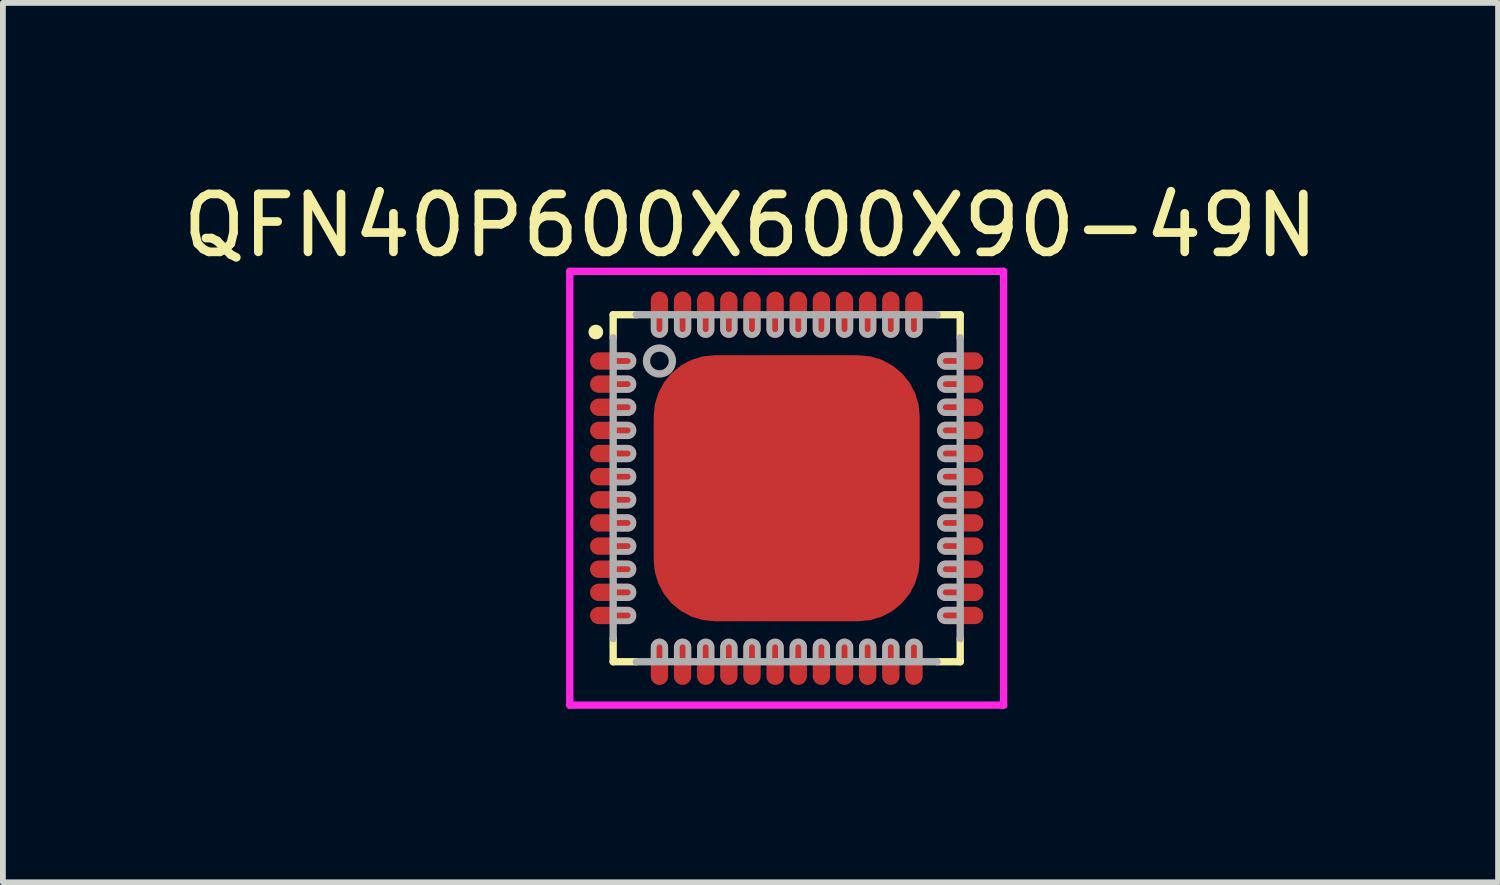
<source format=kicad_pcb>
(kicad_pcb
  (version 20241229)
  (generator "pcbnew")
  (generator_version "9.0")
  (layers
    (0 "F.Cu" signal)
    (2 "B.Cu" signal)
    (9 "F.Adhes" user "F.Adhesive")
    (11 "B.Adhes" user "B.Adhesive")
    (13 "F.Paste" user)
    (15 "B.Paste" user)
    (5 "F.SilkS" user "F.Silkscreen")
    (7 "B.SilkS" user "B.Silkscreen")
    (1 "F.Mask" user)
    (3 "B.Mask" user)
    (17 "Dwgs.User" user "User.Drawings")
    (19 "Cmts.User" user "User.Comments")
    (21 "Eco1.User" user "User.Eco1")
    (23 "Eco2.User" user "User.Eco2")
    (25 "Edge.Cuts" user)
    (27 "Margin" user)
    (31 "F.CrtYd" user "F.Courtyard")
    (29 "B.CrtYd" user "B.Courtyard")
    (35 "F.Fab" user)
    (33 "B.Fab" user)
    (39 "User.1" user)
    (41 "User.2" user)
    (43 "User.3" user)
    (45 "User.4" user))
  (footprint "QFN40P600X600X90-49N"
    (layer "F.Cu")
    (at 10.551 5.391)
    (property "Reference" "QFN40P600X600X90-49N" (at -0.626 -4.542 0) (layer "F.SilkS") (effects (font (size 1.001 1.001) (thickness 0.15))))
    (attr smd)
    (fp_poly (pts (xy -3.431 -1.575) (xy -2.575 -1.575) (xy -2.575 -1.227) (xy -3.431 -1.227)) (stroke (width 0.01) (type solid)) (fill yes) (layer "F.Mask"))
    (fp_poly (pts (xy -3.431 -0.775) (xy -2.575 -0.775) (xy -2.575 -0.426) (xy -3.431 -0.426)) (stroke (width 0.01) (type solid)) (fill yes) (layer "F.Mask"))
    (fp_poly (pts (xy -3.43 -0.375) (xy -2.575 -0.375) (xy -2.575 -0.025) (xy -3.43 -0.025)) (stroke (width 0.01) (type solid)) (fill yes) (layer "F.Mask"))
    (fp_poly (pts (xy -3.43 2.025) (xy -2.575 2.025) (xy -2.575 2.379) (xy -3.43 2.379)) (stroke (width 0.01) (type solid)) (fill yes) (layer "F.Mask"))
    (fp_poly (pts (xy -3.43 -1.175) (xy -2.575 -1.175) (xy -2.575 -0.826) (xy -3.43 -0.826)) (stroke (width 0.01) (type solid)) (fill yes) (layer "F.Mask"))
    (fp_poly (pts (xy -3.43 -2.375) (xy -2.575 -2.375) (xy -2.575 -2.028) (xy -3.43 -2.028)) (stroke (width 0.01) (type solid)) (fill yes) (layer "F.Mask"))
    (fp_poly (pts (xy -3.428 -1.975) (xy -2.575 -1.975) (xy -2.575 -1.627) (xy -3.428 -1.627)) (stroke (width 0.01) (type solid)) (fill yes) (layer "F.Mask"))
    (fp_poly (pts (xy -3.428 1.225) (xy -2.575 1.225) (xy -2.575 1.577) (xy -3.428 1.577)) (stroke (width 0.01) (type solid)) (fill yes) (layer "F.Mask"))
    (fp_poly (pts (xy -3.428 0.825) (xy -2.575 0.825) (xy -2.575 1.176) (xy -3.428 1.176)) (stroke (width 0.01) (type solid)) (fill yes) (layer "F.Mask"))
    (fp_poly (pts (xy -3.428 0.425) (xy -2.575 0.425) (xy -2.575 0.776) (xy -3.428 0.776)) (stroke (width 0.01) (type solid)) (fill yes) (layer "F.Mask"))
    (fp_poly (pts (xy -3.427 1.625) (xy -2.575 1.625) (xy -2.575 1.976) (xy -3.427 1.976)) (stroke (width 0.01) (type solid)) (fill yes) (layer "F.Mask"))
    (fp_poly (pts (xy -3.425 0.025) (xy -2.575 0.025) (xy -2.575 0.375) (xy -3.425 0.375)) (stroke (width 0.01) (type solid)) (fill yes) (layer "F.Mask"))
    (fp_poly (pts (xy -2.63 2.825) (xy -1.775 2.825) (xy -1.775 3.181) (xy -2.63 3.181)) (stroke (width 0.01) (type solid)) (fill yes) (layer "F.Mask"))
    (fp_poly (pts (xy -2.626 -3.175) (xy -1.775 -3.175) (xy -1.775 -2.827) (xy -2.626 -2.827)) (stroke (width 0.01) (type solid)) (fill yes) (layer "F.Mask"))
    (fp_poly (pts (xy -2.226 -3.175) (xy -1.375 -3.175) (xy -1.375 -2.826) (xy -2.226 -2.826)) (stroke (width 0.01) (type solid)) (fill yes) (layer "F.Mask"))
    (fp_poly (pts (xy -2.226 2.825) (xy -1.375 2.825) (xy -1.375 3.176) (xy -2.226 3.176)) (stroke (width 0.01) (type solid)) (fill yes) (layer "F.Mask"))
    (fp_poly (pts (xy -1.827 2.825) (xy -0.975 2.825) (xy -0.975 3.179) (xy -1.827 3.179)) (stroke (width 0.01) (type solid)) (fill yes) (layer "F.Mask"))
    (fp_poly (pts (xy -1.826 -3.175) (xy -0.975 -3.175) (xy -0.975 -2.827) (xy -1.826 -2.827)) (stroke (width 0.01) (type solid)) (fill yes) (layer "F.Mask"))
    (fp_poly (pts (xy -1.425 2.825) (xy -0.575 2.825) (xy -0.575 3.176) (xy -1.425 3.176)) (stroke (width 0.01) (type solid)) (fill yes) (layer "F.Mask"))
    (fp_poly (pts (xy -1.425 -3.175) (xy -0.575 -3.175) (xy -0.575 -2.825) (xy -1.425 -2.825)) (stroke (width 0.01) (type solid)) (fill yes) (layer "F.Mask"))
    (fp_poly (pts (xy -1.026 -3.175) (xy -0.175 -3.175) (xy -0.175 -2.828) (xy -1.026 -2.828)) (stroke (width 0.01) (type solid)) (fill yes) (layer "F.Mask"))
    (fp_poly (pts (xy -1.025 2.825) (xy -0.175 2.825) (xy -0.175 3.176) (xy -1.025 3.176)) (stroke (width 0.01) (type solid)) (fill yes) (layer "F.Mask"))
    (fp_poly (pts (xy -0.626 2.825) (xy 0.225 2.825) (xy 0.225 3.179) (xy -0.626 3.179)) (stroke (width 0.01) (type solid)) (fill yes) (layer "F.Mask"))
    (fp_poly (pts (xy -0.626 -3.175) (xy 0.225 -3.175) (xy 0.225 -2.828) (xy -0.626 -2.828)) (stroke (width 0.01) (type solid)) (fill yes) (layer "F.Mask"))
    (fp_poly (pts (xy -0.225 -3.175) (xy 0.625 -3.175) (xy 0.625 -2.828) (xy -0.225 -2.828)) (stroke (width 0.01) (type solid)) (fill yes) (layer "F.Mask"))
    (fp_poly (pts (xy -0.225 2.825) (xy 0.625 2.825) (xy 0.625 3.175) (xy -0.225 3.175)) (stroke (width 0.01) (type solid)) (fill yes) (layer "F.Mask"))
    (fp_poly (pts (xy 0.175 2.825) (xy 1.025 2.825) (xy 1.025 3.18) (xy 0.175 3.18)) (stroke (width 0.01) (type solid)) (fill yes) (layer "F.Mask"))
    (fp_poly (pts (xy 0.175 -3.175) (xy 1.025 -3.175) (xy 1.025 -2.83) (xy 0.175 -2.83)) (stroke (width 0.01) (type solid)) (fill yes) (layer "F.Mask"))
    (fp_poly (pts (xy 0.575 -3.175) (xy 1.425 -3.175) (xy 1.425 -2.825) (xy 0.575 -2.825)) (stroke (width 0.01) (type solid)) (fill yes) (layer "F.Mask"))
    (fp_poly (pts (xy 0.576 2.825) (xy 1.425 2.825) (xy 1.425 3.181) (xy 0.576 3.181)) (stroke (width 0.01) (type solid)) (fill yes) (layer "F.Mask"))
    (fp_poly (pts (xy 0.976 -3.175) (xy 1.825 -3.175) (xy 1.825 -2.827) (xy 0.976 -2.827)) (stroke (width 0.01) (type solid)) (fill yes) (layer "F.Mask"))
    (fp_poly (pts (xy 0.976 2.825) (xy 1.825 2.825) (xy 1.825 3.178) (xy 0.976 3.178)) (stroke (width 0.01) (type solid)) (fill yes) (layer "F.Mask"))
    (fp_poly (pts (xy 1.376 2.825) (xy 2.225 2.825) (xy 2.225 3.178) (xy 1.376 3.178)) (stroke (width 0.01) (type solid)) (fill yes) (layer "F.Mask"))
    (fp_poly (pts (xy 1.377 -3.175) (xy 2.225 -3.175) (xy 2.225 -2.829) (xy 1.377 -2.829)) (stroke (width 0.01) (type solid)) (fill yes) (layer "F.Mask"))
    (fp_poly (pts (xy 1.777 -3.175) (xy 2.625 -3.175) (xy 2.625 -2.828) (xy 1.777 -2.828)) (stroke (width 0.01) (type solid)) (fill yes) (layer "F.Mask"))
    (fp_poly (pts (xy 1.778 2.825) (xy 2.625 2.825) (xy 2.625 3.181) (xy 1.778 3.181)) (stroke (width 0.01) (type solid)) (fill yes) (layer "F.Mask"))
    (fp_poly (pts (xy 2.575 -1.175) (xy 3.425 -1.175) (xy 3.425 -0.825) (xy 2.575 -0.825)) (stroke (width 0.01) (type solid)) (fill yes) (layer "F.Mask"))
    (fp_poly (pts (xy 2.576 -2.375) (xy 3.425 -2.375) (xy 3.425 -2.026) (xy 2.576 -2.026)) (stroke (width 0.01) (type solid)) (fill yes) (layer "F.Mask"))
    (fp_poly (pts (xy 2.576 0.025) (xy 3.425 0.025) (xy 3.425 0.375) (xy 2.576 0.375)) (stroke (width 0.01) (type solid)) (fill yes) (layer "F.Mask"))
    (fp_poly (pts (xy 2.576 1.225) (xy 3.425 1.225) (xy 3.425 1.576) (xy 2.576 1.576)) (stroke (width 0.01) (type solid)) (fill yes) (layer "F.Mask"))
    (fp_poly (pts (xy 2.576 0.425) (xy 3.425 0.425) (xy 3.425 0.775) (xy 2.576 0.775)) (stroke (width 0.01) (type solid)) (fill yes) (layer "F.Mask"))
    (fp_poly (pts (xy 2.576 1.625) (xy 3.425 1.625) (xy 3.425 1.976) (xy 2.576 1.976)) (stroke (width 0.01) (type solid)) (fill yes) (layer "F.Mask"))
    (fp_poly (pts (xy 2.577 -0.775) (xy 3.425 -0.775) (xy 3.425 -0.425) (xy 2.577 -0.425)) (stroke (width 0.01) (type solid)) (fill yes) (layer "F.Mask"))
    (fp_poly (pts (xy 2.578 -0.375) (xy 3.425 -0.375) (xy 3.425 -0.025) (xy 2.578 -0.025)) (stroke (width 0.01) (type solid)) (fill yes) (layer "F.Mask"))
    (fp_poly (pts (xy 2.578 -1.975) (xy 3.425 -1.975) (xy 3.425 -1.627) (xy 2.578 -1.627)) (stroke (width 0.01) (type solid)) (fill yes) (layer "F.Mask"))
    (fp_poly (pts (xy 2.578 2.025) (xy 3.425 2.025) (xy 3.425 2.378) (xy 2.578 2.378)) (stroke (width 0.01) (type solid)) (fill yes) (layer "F.Mask"))
    (fp_poly (pts (xy 2.579 -1.575) (xy 3.425 -1.575) (xy 3.425 -1.227) (xy 2.579 -1.227)) (stroke (width 0.01) (type solid)) (fill yes) (layer "F.Mask"))
    (fp_poly (pts (xy 2.58 0.825) (xy 3.425 0.825) (xy 3.425 1.177) (xy 2.58 1.177)) (stroke (width 0.01) (type solid)) (fill yes) (layer "F.Mask"))
    (fp_line (start -3 -3) (end -2.6 -3) (stroke (width 0.127) (type solid)) (layer "F.SilkS"))
    (fp_line (start -3 -2.6) (end -3 -3) (stroke (width 0.127) (type solid)) (layer "F.SilkS"))
    (fp_line (start -3 3) (end -3 2.6) (stroke (width 0.127) (type solid)) (layer "F.SilkS"))
    (fp_line (start -2.6 3) (end -3 3) (stroke (width 0.127) (type solid)) (layer "F.SilkS"))
    (fp_line (start 2.6 -3) (end 3 -3) (stroke (width 0.127) (type solid)) (layer "F.SilkS"))
    (fp_line (start 3 -3) (end 3 -2.6) (stroke (width 0.127) (type solid)) (layer "F.SilkS"))
    (fp_line (start 3 2.6) (end 3 3) (stroke (width 0.127) (type solid)) (layer "F.SilkS"))
    (fp_line (start 3 3) (end 2.6 3) (stroke (width 0.127) (type solid)) (layer "F.SilkS"))
    (fp_circle (center -3.3 -2.7) (end -3.173 -2.7) (stroke (width 0) (type solid)) (fill yes) (layer "F.SilkS"))
    (fp_poly (pts (xy -1.451 -1.45) (xy 1.45 -1.45) (xy 1.45 1.451) (xy -1.451 1.451)) (stroke (width 0.01) (type solid)) (fill yes) (layer "F.Paste"))
    (fp_line (start -3.75 -3.75) (end 3.75 -3.75) (stroke (width 0.127) (type solid)) (layer "F.CrtYd"))
    (fp_line (start -3.75 3.75) (end -3.75 -3.75) (stroke (width 0.127) (type solid)) (layer "F.CrtYd"))
    (fp_line (start 3.75 -3.75) (end 3.75 3.75) (stroke (width 0.127) (type solid)) (layer "F.CrtYd"))
    (fp_line (start 3.75 3.75) (end -3.75 3.75) (stroke (width 0.127) (type solid)) (layer "F.CrtYd"))
    (fp_line (start -3 2.6) (end -3 -2.6) (stroke (width 0.127) (type solid)) (layer "F.Fab"))
    (fp_line (start -2.6 -3) (end 2.6 -3) (stroke (width 0.127) (type solid)) (layer "F.Fab"))
    (fp_line (start 2.6 3) (end -2.6 3) (stroke (width 0.127) (type solid)) (layer "F.Fab"))
    (fp_line (start 3 2.6) (end 3 -2.6) (stroke (width 0.127) (type solid)) (layer "F.Fab"))
    (fp_circle (center -2.2 -2.2) (end -1.976 -2.2) (stroke (width 0.127) (type solid)) (fill no) (layer "F.Fab"))
    (fp_poly (pts (xy -3 -2.3) (xy -2.75 -2.3) (xy -2.745 -2.3) (xy -2.74 -2.299) (xy -2.734 -2.299) (xy -2.729 -2.298) (xy -2.724 -2.297) (xy -2.719 -2.295) (xy -2.714 -2.293) (xy -2.709 -2.291) (xy -2.705 -2.289) (xy -2.7 -2.287) (xy -2.696 -2.284) (xy -2.691 -2.281) (xy -2.687 -2.278) (xy -2.683 -2.274) (xy -2.679 -2.271) (xy -2.676 -2.267) (xy -2.672 -2.263) (xy -2.669 -2.259) (xy -2.666 -2.254) (xy -2.663 -2.25) (xy -2.661 -2.245) (xy -2.659 -2.241) (xy -2.657 -2.236) (xy -2.655 -2.231) (xy -2.653 -2.226) (xy -2.652 -2.221) (xy -2.651 -2.216) (xy -2.651 -2.21) (xy -2.65 -2.205) (xy -2.65 -2.2) (xy -2.65 -2.195) (xy -2.651 -2.19) (xy -2.651 -2.184) (xy -2.652 -2.179) (xy -2.653 -2.174) (xy -2.655 -2.169) (xy -2.657 -2.164) (xy -2.659 -2.159) (xy -2.661 -2.155) (xy -2.663 -2.15) (xy -2.666 -2.146) (xy -2.669 -2.141) (xy -2.672 -2.137) (xy -2.676 -2.133) (xy -2.679 -2.129) (xy -2.683 -2.126) (xy -2.687 -2.122) (xy -2.691 -2.119) (xy -2.696 -2.116) (xy -2.7 -2.113) (xy -2.705 -2.111) (xy -2.709 -2.109) (xy -2.714 -2.107) (xy -2.719 -2.105) (xy -2.724 -2.103) (xy -2.729 -2.102) (xy -2.734 -2.101) (xy -2.74 -2.101) (xy -2.745 -2.1) (xy -2.75 -2.1) (xy -3 -2.1) (xy -3 -2.3)) (stroke (width 0.1) (type solid)) (fill no) (layer "F.Fab"))
    (fp_poly (pts (xy -3 -1.9) (xy -2.75 -1.9) (xy -2.745 -1.9) (xy -2.74 -1.899) (xy -2.734 -1.899) (xy -2.729 -1.898) (xy -2.724 -1.897) (xy -2.719 -1.895) (xy -2.714 -1.893) (xy -2.709 -1.891) (xy -2.705 -1.889) (xy -2.7 -1.887) (xy -2.696 -1.884) (xy -2.691 -1.881) (xy -2.687 -1.878) (xy -2.683 -1.874) (xy -2.679 -1.871) (xy -2.676 -1.867) (xy -2.672 -1.863) (xy -2.669 -1.859) (xy -2.666 -1.854) (xy -2.663 -1.85) (xy -2.661 -1.845) (xy -2.659 -1.841) (xy -2.657 -1.836) (xy -2.655 -1.831) (xy -2.653 -1.826) (xy -2.652 -1.821) (xy -2.651 -1.816) (xy -2.651 -1.81) (xy -2.65 -1.805) (xy -2.65 -1.8) (xy -2.65 -1.795) (xy -2.651 -1.79) (xy -2.651 -1.784) (xy -2.652 -1.779) (xy -2.653 -1.774) (xy -2.655 -1.769) (xy -2.657 -1.764) (xy -2.659 -1.759) (xy -2.661 -1.755) (xy -2.663 -1.75) (xy -2.666 -1.746) (xy -2.669 -1.741) (xy -2.672 -1.737) (xy -2.676 -1.733) (xy -2.679 -1.729) (xy -2.683 -1.726) (xy -2.687 -1.722) (xy -2.691 -1.719) (xy -2.696 -1.716) (xy -2.7 -1.713) (xy -2.705 -1.711) (xy -2.709 -1.709) (xy -2.714 -1.707) (xy -2.719 -1.705) (xy -2.724 -1.703) (xy -2.729 -1.702) (xy -2.734 -1.701) (xy -2.74 -1.701) (xy -2.745 -1.7) (xy -2.75 -1.7) (xy -3 -1.7) (xy -3 -1.9)) (stroke (width 0.1) (type solid)) (fill no) (layer "F.Fab"))
    (fp_poly (pts (xy -3 -1.5) (xy -2.75 -1.5) (xy -2.745 -1.5) (xy -2.74 -1.499) (xy -2.734 -1.499) (xy -2.729 -1.498) (xy -2.724 -1.497) (xy -2.719 -1.495) (xy -2.714 -1.493) (xy -2.709 -1.491) (xy -2.705 -1.489) (xy -2.7 -1.487) (xy -2.696 -1.484) (xy -2.691 -1.481) (xy -2.687 -1.478) (xy -2.683 -1.474) (xy -2.679 -1.471) (xy -2.676 -1.467) (xy -2.672 -1.463) (xy -2.669 -1.459) (xy -2.666 -1.454) (xy -2.663 -1.45) (xy -2.661 -1.445) (xy -2.659 -1.441) (xy -2.657 -1.436) (xy -2.655 -1.431) (xy -2.653 -1.426) (xy -2.652 -1.421) (xy -2.651 -1.416) (xy -2.651 -1.41) (xy -2.65 -1.405) (xy -2.65 -1.4) (xy -2.65 -1.395) (xy -2.651 -1.39) (xy -2.651 -1.384) (xy -2.652 -1.379) (xy -2.653 -1.374) (xy -2.655 -1.369) (xy -2.657 -1.364) (xy -2.659 -1.359) (xy -2.661 -1.355) (xy -2.663 -1.35) (xy -2.666 -1.346) (xy -2.669 -1.341) (xy -2.672 -1.337) (xy -2.676 -1.333) (xy -2.679 -1.329) (xy -2.683 -1.326) (xy -2.687 -1.322) (xy -2.691 -1.319) (xy -2.696 -1.316) (xy -2.7 -1.313) (xy -2.705 -1.311) (xy -2.709 -1.309) (xy -2.714 -1.307) (xy -2.719 -1.305) (xy -2.724 -1.303) (xy -2.729 -1.302) (xy -2.734 -1.301) (xy -2.74 -1.301) (xy -2.745 -1.3) (xy -2.75 -1.3) (xy -3 -1.3) (xy -3 -1.5)) (stroke (width 0.1) (type solid)) (fill no) (layer "F.Fab"))
    (fp_poly (pts (xy -3 -1.1) (xy -2.75 -1.1) (xy -2.745 -1.1) (xy -2.74 -1.099) (xy -2.734 -1.099) (xy -2.729 -1.098) (xy -2.724 -1.097) (xy -2.719 -1.095) (xy -2.714 -1.093) (xy -2.709 -1.091) (xy -2.705 -1.089) (xy -2.7 -1.087) (xy -2.696 -1.084) (xy -2.691 -1.081) (xy -2.687 -1.078) (xy -2.683 -1.074) (xy -2.679 -1.071) (xy -2.676 -1.067) (xy -2.672 -1.063) (xy -2.669 -1.059) (xy -2.666 -1.054) (xy -2.663 -1.05) (xy -2.661 -1.045) (xy -2.659 -1.041) (xy -2.657 -1.036) (xy -2.655 -1.031) (xy -2.653 -1.026) (xy -2.652 -1.021) (xy -2.651 -1.016) (xy -2.651 -1.01) (xy -2.65 -1.005) (xy -2.65 -1) (xy -2.65 -0.995) (xy -2.651 -0.99) (xy -2.651 -0.984) (xy -2.652 -0.979) (xy -2.653 -0.974) (xy -2.655 -0.969) (xy -2.657 -0.964) (xy -2.659 -0.959) (xy -2.661 -0.955) (xy -2.663 -0.95) (xy -2.666 -0.946) (xy -2.669 -0.941) (xy -2.672 -0.937) (xy -2.676 -0.933) (xy -2.679 -0.929) (xy -2.683 -0.926) (xy -2.687 -0.922) (xy -2.691 -0.919) (xy -2.696 -0.916) (xy -2.7 -0.913) (xy -2.705 -0.911) (xy -2.709 -0.909) (xy -2.714 -0.907) (xy -2.719 -0.905) (xy -2.724 -0.903) (xy -2.729 -0.902) (xy -2.734 -0.901) (xy -2.74 -0.901) (xy -2.745 -0.9) (xy -2.75 -0.9) (xy -3 -0.9) (xy -3 -1.1)) (stroke (width 0.1) (type solid)) (fill no) (layer "F.Fab"))
    (fp_poly (pts (xy -3 -0.7) (xy -2.75 -0.7) (xy -2.745 -0.7) (xy -2.74 -0.699) (xy -2.734 -0.699) (xy -2.729 -0.698) (xy -2.724 -0.697) (xy -2.719 -0.695) (xy -2.714 -0.693) (xy -2.709 -0.691) (xy -2.705 -0.689) (xy -2.7 -0.687) (xy -2.696 -0.684) (xy -2.691 -0.681) (xy -2.687 -0.678) (xy -2.683 -0.674) (xy -2.679 -0.671) (xy -2.676 -0.667) (xy -2.672 -0.663) (xy -2.669 -0.659) (xy -2.666 -0.654) (xy -2.663 -0.65) (xy -2.661 -0.645) (xy -2.659 -0.641) (xy -2.657 -0.636) (xy -2.655 -0.631) (xy -2.653 -0.626) (xy -2.652 -0.621) (xy -2.651 -0.616) (xy -2.651 -0.61) (xy -2.65 -0.605) (xy -2.65 -0.6) (xy -2.65 -0.595) (xy -2.651 -0.59) (xy -2.651 -0.584) (xy -2.652 -0.579) (xy -2.653 -0.574) (xy -2.655 -0.569) (xy -2.657 -0.564) (xy -2.659 -0.559) (xy -2.661 -0.555) (xy -2.663 -0.55) (xy -2.666 -0.546) (xy -2.669 -0.541) (xy -2.672 -0.537) (xy -2.676 -0.533) (xy -2.679 -0.529) (xy -2.683 -0.526) (xy -2.687 -0.522) (xy -2.691 -0.519) (xy -2.696 -0.516) (xy -2.7 -0.513) (xy -2.705 -0.511) (xy -2.709 -0.509) (xy -2.714 -0.507) (xy -2.719 -0.505) (xy -2.724 -0.503) (xy -2.729 -0.502) (xy -2.734 -0.501) (xy -2.74 -0.501) (xy -2.745 -0.5) (xy -2.75 -0.5) (xy -3 -0.5) (xy -3 -0.7)) (stroke (width 0.1) (type solid)) (fill no) (layer "F.Fab"))
    (fp_poly (pts (xy -3 -0.3) (xy -2.75 -0.3) (xy -2.745 -0.3) (xy -2.74 -0.299) (xy -2.734 -0.299) (xy -2.729 -0.298) (xy -2.724 -0.297) (xy -2.719 -0.295) (xy -2.714 -0.293) (xy -2.709 -0.291) (xy -2.705 -0.289) (xy -2.7 -0.287) (xy -2.696 -0.284) (xy -2.691 -0.281) (xy -2.687 -0.278) (xy -2.683 -0.274) (xy -2.679 -0.271) (xy -2.676 -0.267) (xy -2.672 -0.263) (xy -2.669 -0.259) (xy -2.666 -0.254) (xy -2.663 -0.25) (xy -2.661 -0.245) (xy -2.659 -0.241) (xy -2.657 -0.236) (xy -2.655 -0.231) (xy -2.653 -0.226) (xy -2.652 -0.221) (xy -2.651 -0.216) (xy -2.651 -0.21) (xy -2.65 -0.205) (xy -2.65 -0.2) (xy -2.65 -0.195) (xy -2.651 -0.19) (xy -2.651 -0.184) (xy -2.652 -0.179) (xy -2.653 -0.174) (xy -2.655 -0.169) (xy -2.657 -0.164) (xy -2.659 -0.159) (xy -2.661 -0.155) (xy -2.663 -0.15) (xy -2.666 -0.146) (xy -2.669 -0.141) (xy -2.672 -0.137) (xy -2.676 -0.133) (xy -2.679 -0.129) (xy -2.683 -0.126) (xy -2.687 -0.122) (xy -2.691 -0.119) (xy -2.696 -0.116) (xy -2.7 -0.113) (xy -2.705 -0.111) (xy -2.709 -0.109) (xy -2.714 -0.107) (xy -2.719 -0.105) (xy -2.724 -0.103) (xy -2.729 -0.102) (xy -2.734 -0.101) (xy -2.74 -0.101) (xy -2.745 -0.1) (xy -2.75 -0.1) (xy -3 -0.1) (xy -3 -0.3)) (stroke (width 0.1) (type solid)) (fill no) (layer "F.Fab"))
    (fp_poly (pts (xy -3 0.1) (xy -2.75 0.1) (xy -2.745 0.1) (xy -2.74 0.101) (xy -2.734 0.101) (xy -2.729 0.102) (xy -2.724 0.103) (xy -2.719 0.105) (xy -2.714 0.107) (xy -2.709 0.109) (xy -2.705 0.111) (xy -2.7 0.113) (xy -2.696 0.116) (xy -2.691 0.119) (xy -2.687 0.122) (xy -2.683 0.126) (xy -2.679 0.129) (xy -2.676 0.133) (xy -2.672 0.137) (xy -2.669 0.141) (xy -2.666 0.146) (xy -2.663 0.15) (xy -2.661 0.155) (xy -2.659 0.159) (xy -2.657 0.164) (xy -2.655 0.169) (xy -2.653 0.174) (xy -2.652 0.179) (xy -2.651 0.184) (xy -2.651 0.19) (xy -2.65 0.195) (xy -2.65 0.2) (xy -2.65 0.205) (xy -2.651 0.21) (xy -2.651 0.216) (xy -2.652 0.221) (xy -2.653 0.226) (xy -2.655 0.231) (xy -2.657 0.236) (xy -2.659 0.241) (xy -2.661 0.245) (xy -2.663 0.25) (xy -2.666 0.254) (xy -2.669 0.259) (xy -2.672 0.263) (xy -2.676 0.267) (xy -2.679 0.271) (xy -2.683 0.274) (xy -2.687 0.278) (xy -2.691 0.281) (xy -2.696 0.284) (xy -2.7 0.287) (xy -2.705 0.289) (xy -2.709 0.291) (xy -2.714 0.293) (xy -2.719 0.295) (xy -2.724 0.297) (xy -2.729 0.298) (xy -2.734 0.299) (xy -2.74 0.299) (xy -2.745 0.3) (xy -2.75 0.3) (xy -3 0.3) (xy -3 0.1)) (stroke (width 0.1) (type solid)) (fill no) (layer "F.Fab"))
    (fp_poly (pts (xy -3 0.5) (xy -2.75 0.5) (xy -2.745 0.5) (xy -2.74 0.501) (xy -2.734 0.501) (xy -2.729 0.502) (xy -2.724 0.503) (xy -2.719 0.505) (xy -2.714 0.507) (xy -2.709 0.509) (xy -2.705 0.511) (xy -2.7 0.513) (xy -2.696 0.516) (xy -2.691 0.519) (xy -2.687 0.522) (xy -2.683 0.526) (xy -2.679 0.529) (xy -2.676 0.533) (xy -2.672 0.537) (xy -2.669 0.541) (xy -2.666 0.546) (xy -2.663 0.55) (xy -2.661 0.555) (xy -2.659 0.559) (xy -2.657 0.564) (xy -2.655 0.569) (xy -2.653 0.574) (xy -2.652 0.579) (xy -2.651 0.584) (xy -2.651 0.59) (xy -2.65 0.595) (xy -2.65 0.6) (xy -2.65 0.605) (xy -2.651 0.61) (xy -2.651 0.616) (xy -2.652 0.621) (xy -2.653 0.626) (xy -2.655 0.631) (xy -2.657 0.636) (xy -2.659 0.641) (xy -2.661 0.645) (xy -2.663 0.65) (xy -2.666 0.654) (xy -2.669 0.659) (xy -2.672 0.663) (xy -2.676 0.667) (xy -2.679 0.671) (xy -2.683 0.674) (xy -2.687 0.678) (xy -2.691 0.681) (xy -2.696 0.684) (xy -2.7 0.687) (xy -2.705 0.689) (xy -2.709 0.691) (xy -2.714 0.693) (xy -2.719 0.695) (xy -2.724 0.697) (xy -2.729 0.698) (xy -2.734 0.699) (xy -2.74 0.699) (xy -2.745 0.7) (xy -2.75 0.7) (xy -3 0.7) (xy -3 0.5)) (stroke (width 0.1) (type solid)) (fill no) (layer "F.Fab"))
    (fp_poly (pts (xy -3 0.9) (xy -2.75 0.9) (xy -2.745 0.9) (xy -2.74 0.901) (xy -2.734 0.901) (xy -2.729 0.902) (xy -2.724 0.903) (xy -2.719 0.905) (xy -2.714 0.907) (xy -2.709 0.909) (xy -2.705 0.911) (xy -2.7 0.913) (xy -2.696 0.916) (xy -2.691 0.919) (xy -2.687 0.922) (xy -2.683 0.926) (xy -2.679 0.929) (xy -2.676 0.933) (xy -2.672 0.937) (xy -2.669 0.941) (xy -2.666 0.946) (xy -2.663 0.95) (xy -2.661 0.955) (xy -2.659 0.959) (xy -2.657 0.964) (xy -2.655 0.969) (xy -2.653 0.974) (xy -2.652 0.979) (xy -2.651 0.984) (xy -2.651 0.99) (xy -2.65 0.995) (xy -2.65 1) (xy -2.65 1.005) (xy -2.651 1.01) (xy -2.651 1.016) (xy -2.652 1.021) (xy -2.653 1.026) (xy -2.655 1.031) (xy -2.657 1.036) (xy -2.659 1.041) (xy -2.661 1.045) (xy -2.663 1.05) (xy -2.666 1.054) (xy -2.669 1.059) (xy -2.672 1.063) (xy -2.676 1.067) (xy -2.679 1.071) (xy -2.683 1.074) (xy -2.687 1.078) (xy -2.691 1.081) (xy -2.696 1.084) (xy -2.7 1.087) (xy -2.705 1.089) (xy -2.709 1.091) (xy -2.714 1.093) (xy -2.719 1.095) (xy -2.724 1.097) (xy -2.729 1.098) (xy -2.734 1.099) (xy -2.74 1.099) (xy -2.745 1.1) (xy -2.75 1.1) (xy -3 1.1) (xy -3 0.9)) (stroke (width 0.1) (type solid)) (fill no) (layer "F.Fab"))
    (fp_poly (pts (xy -3 1.3) (xy -2.75 1.3) (xy -2.745 1.3) (xy -2.74 1.301) (xy -2.734 1.301) (xy -2.729 1.302) (xy -2.724 1.303) (xy -2.719 1.305) (xy -2.714 1.307) (xy -2.709 1.309) (xy -2.705 1.311) (xy -2.7 1.313) (xy -2.696 1.316) (xy -2.691 1.319) (xy -2.687 1.322) (xy -2.683 1.326) (xy -2.679 1.329) (xy -2.676 1.333) (xy -2.672 1.337) (xy -2.669 1.341) (xy -2.666 1.346) (xy -2.663 1.35) (xy -2.661 1.355) (xy -2.659 1.359) (xy -2.657 1.364) (xy -2.655 1.369) (xy -2.653 1.374) (xy -2.652 1.379) (xy -2.651 1.384) (xy -2.651 1.39) (xy -2.65 1.395) (xy -2.65 1.4) (xy -2.65 1.405) (xy -2.651 1.41) (xy -2.651 1.416) (xy -2.652 1.421) (xy -2.653 1.426) (xy -2.655 1.431) (xy -2.657 1.436) (xy -2.659 1.441) (xy -2.661 1.445) (xy -2.663 1.45) (xy -2.666 1.454) (xy -2.669 1.459) (xy -2.672 1.463) (xy -2.676 1.467) (xy -2.679 1.471) (xy -2.683 1.474) (xy -2.687 1.478) (xy -2.691 1.481) (xy -2.696 1.484) (xy -2.7 1.487) (xy -2.705 1.489) (xy -2.709 1.491) (xy -2.714 1.493) (xy -2.719 1.495) (xy -2.724 1.497) (xy -2.729 1.498) (xy -2.734 1.499) (xy -2.74 1.499) (xy -2.745 1.5) (xy -2.75 1.5) (xy -3 1.5) (xy -3 1.3)) (stroke (width 0.1) (type solid)) (fill no) (layer "F.Fab"))
    (fp_poly (pts (xy -3 1.7) (xy -2.75 1.7) (xy -2.745 1.7) (xy -2.74 1.701) (xy -2.734 1.701) (xy -2.729 1.702) (xy -2.724 1.703) (xy -2.719 1.705) (xy -2.714 1.707) (xy -2.709 1.709) (xy -2.705 1.711) (xy -2.7 1.713) (xy -2.696 1.716) (xy -2.691 1.719) (xy -2.687 1.722) (xy -2.683 1.726) (xy -2.679 1.729) (xy -2.676 1.733) (xy -2.672 1.737) (xy -2.669 1.741) (xy -2.666 1.746) (xy -2.663 1.75) (xy -2.661 1.755) (xy -2.659 1.759) (xy -2.657 1.764) (xy -2.655 1.769) (xy -2.653 1.774) (xy -2.652 1.779) (xy -2.651 1.784) (xy -2.651 1.79) (xy -2.65 1.795) (xy -2.65 1.8) (xy -2.65 1.805) (xy -2.651 1.81) (xy -2.651 1.816) (xy -2.652 1.821) (xy -2.653 1.826) (xy -2.655 1.831) (xy -2.657 1.836) (xy -2.659 1.841) (xy -2.661 1.845) (xy -2.663 1.85) (xy -2.666 1.854) (xy -2.669 1.859) (xy -2.672 1.863) (xy -2.676 1.867) (xy -2.679 1.871) (xy -2.683 1.874) (xy -2.687 1.878) (xy -2.691 1.881) (xy -2.696 1.884) (xy -2.7 1.887) (xy -2.705 1.889) (xy -2.709 1.891) (xy -2.714 1.893) (xy -2.719 1.895) (xy -2.724 1.897) (xy -2.729 1.898) (xy -2.734 1.899) (xy -2.74 1.899) (xy -2.745 1.9) (xy -2.75 1.9) (xy -3 1.9) (xy -3 1.7)) (stroke (width 0.1) (type solid)) (fill no) (layer "F.Fab"))
    (fp_poly (pts (xy -3 2.1) (xy -2.75 2.1) (xy -2.745 2.1) (xy -2.74 2.101) (xy -2.734 2.101) (xy -2.729 2.102) (xy -2.724 2.103) (xy -2.719 2.105) (xy -2.714 2.107) (xy -2.709 2.109) (xy -2.705 2.111) (xy -2.7 2.113) (xy -2.696 2.116) (xy -2.691 2.119) (xy -2.687 2.122) (xy -2.683 2.126) (xy -2.679 2.129) (xy -2.676 2.133) (xy -2.672 2.137) (xy -2.669 2.141) (xy -2.666 2.146) (xy -2.663 2.15) (xy -2.661 2.155) (xy -2.659 2.159) (xy -2.657 2.164) (xy -2.655 2.169) (xy -2.653 2.174) (xy -2.652 2.179) (xy -2.651 2.184) (xy -2.651 2.19) (xy -2.65 2.195) (xy -2.65 2.2) (xy -2.65 2.205) (xy -2.651 2.21) (xy -2.651 2.216) (xy -2.652 2.221) (xy -2.653 2.226) (xy -2.655 2.231) (xy -2.657 2.236) (xy -2.659 2.241) (xy -2.661 2.245) (xy -2.663 2.25) (xy -2.666 2.254) (xy -2.669 2.259) (xy -2.672 2.263) (xy -2.676 2.267) (xy -2.679 2.271) (xy -2.683 2.274) (xy -2.687 2.278) (xy -2.691 2.281) (xy -2.696 2.284) (xy -2.7 2.287) (xy -2.705 2.289) (xy -2.709 2.291) (xy -2.714 2.293) (xy -2.719 2.295) (xy -2.724 2.297) (xy -2.729 2.298) (xy -2.734 2.299) (xy -2.74 2.299) (xy -2.745 2.3) (xy -2.75 2.3) (xy -3 2.3) (xy -3 2.1)) (stroke (width 0.1) (type solid)) (fill no) (layer "F.Fab"))
    (fp_poly (pts (xy -2.3 3) (xy -2.3 2.75) (xy -2.3 2.745) (xy -2.299 2.74) (xy -2.299 2.734) (xy -2.298 2.729) (xy -2.297 2.724) (xy -2.295 2.719) (xy -2.293 2.714) (xy -2.291 2.709) (xy -2.289 2.705) (xy -2.287 2.7) (xy -2.284 2.696) (xy -2.281 2.691) (xy -2.278 2.687) (xy -2.274 2.683) (xy -2.271 2.679) (xy -2.267 2.676) (xy -2.263 2.672) (xy -2.259 2.669) (xy -2.254 2.666) (xy -2.25 2.663) (xy -2.245 2.661) (xy -2.241 2.659) (xy -2.236 2.657) (xy -2.231 2.655) (xy -2.226 2.653) (xy -2.221 2.652) (xy -2.216 2.651) (xy -2.21 2.651) (xy -2.205 2.65) (xy -2.2 2.65) (xy -2.195 2.65) (xy -2.19 2.651) (xy -2.184 2.651) (xy -2.179 2.652) (xy -2.174 2.653) (xy -2.169 2.655) (xy -2.164 2.657) (xy -2.159 2.659) (xy -2.155 2.661) (xy -2.15 2.663) (xy -2.146 2.666) (xy -2.141 2.669) (xy -2.137 2.672) (xy -2.133 2.676) (xy -2.129 2.679) (xy -2.126 2.683) (xy -2.122 2.687) (xy -2.119 2.691) (xy -2.116 2.696) (xy -2.113 2.7) (xy -2.111 2.705) (xy -2.109 2.709) (xy -2.107 2.714) (xy -2.105 2.719) (xy -2.103 2.724) (xy -2.102 2.729) (xy -2.101 2.734) (xy -2.101 2.74) (xy -2.1 2.745) (xy -2.1 2.75) (xy -2.1 3) (xy -2.3 3)) (stroke (width 0.1) (type solid)) (fill no) (layer "F.Fab"))
    (fp_poly (pts (xy -2.1 -3) (xy -2.1 -2.75) (xy -2.1 -2.745) (xy -2.101 -2.74) (xy -2.101 -2.734) (xy -2.102 -2.729) (xy -2.103 -2.724) (xy -2.105 -2.719) (xy -2.107 -2.714) (xy -2.109 -2.709) (xy -2.111 -2.705) (xy -2.113 -2.7) (xy -2.116 -2.696) (xy -2.119 -2.691) (xy -2.122 -2.687) (xy -2.126 -2.683) (xy -2.129 -2.679) (xy -2.133 -2.676) (xy -2.137 -2.672) (xy -2.141 -2.669) (xy -2.146 -2.666) (xy -2.15 -2.663) (xy -2.155 -2.661) (xy -2.159 -2.659) (xy -2.164 -2.657) (xy -2.169 -2.655) (xy -2.174 -2.653) (xy -2.179 -2.652) (xy -2.184 -2.651) (xy -2.19 -2.651) (xy -2.195 -2.65) (xy -2.2 -2.65) (xy -2.205 -2.65) (xy -2.21 -2.651) (xy -2.216 -2.651) (xy -2.221 -2.652) (xy -2.226 -2.653) (xy -2.231 -2.655) (xy -2.236 -2.657) (xy -2.241 -2.659) (xy -2.245 -2.661) (xy -2.25 -2.663) (xy -2.254 -2.666) (xy -2.259 -2.669) (xy -2.263 -2.672) (xy -2.267 -2.676) (xy -2.271 -2.679) (xy -2.274 -2.683) (xy -2.278 -2.687) (xy -2.281 -2.691) (xy -2.284 -2.696) (xy -2.287 -2.7) (xy -2.289 -2.705) (xy -2.291 -2.709) (xy -2.293 -2.714) (xy -2.295 -2.719) (xy -2.297 -2.724) (xy -2.298 -2.729) (xy -2.299 -2.734) (xy -2.299 -2.74) (xy -2.3 -2.745) (xy -2.3 -2.75) (xy -2.3 -3) (xy -2.1 -3)) (stroke (width 0.1) (type solid)) (fill no) (layer "F.Fab"))
    (fp_poly (pts (xy -1.9 3) (xy -1.9 2.75) (xy -1.9 2.745) (xy -1.899 2.74) (xy -1.899 2.734) (xy -1.898 2.729) (xy -1.897 2.724) (xy -1.895 2.719) (xy -1.893 2.714) (xy -1.891 2.709) (xy -1.889 2.705) (xy -1.887 2.7) (xy -1.884 2.696) (xy -1.881 2.691) (xy -1.878 2.687) (xy -1.874 2.683) (xy -1.871 2.679) (xy -1.867 2.676) (xy -1.863 2.672) (xy -1.859 2.669) (xy -1.854 2.666) (xy -1.85 2.663) (xy -1.845 2.661) (xy -1.841 2.659) (xy -1.836 2.657) (xy -1.831 2.655) (xy -1.826 2.653) (xy -1.821 2.652) (xy -1.816 2.651) (xy -1.81 2.651) (xy -1.805 2.65) (xy -1.8 2.65) (xy -1.795 2.65) (xy -1.79 2.651) (xy -1.784 2.651) (xy -1.779 2.652) (xy -1.774 2.653) (xy -1.769 2.655) (xy -1.764 2.657) (xy -1.759 2.659) (xy -1.755 2.661) (xy -1.75 2.663) (xy -1.746 2.666) (xy -1.741 2.669) (xy -1.737 2.672) (xy -1.733 2.676) (xy -1.729 2.679) (xy -1.726 2.683) (xy -1.722 2.687) (xy -1.719 2.691) (xy -1.716 2.696) (xy -1.713 2.7) (xy -1.711 2.705) (xy -1.709 2.709) (xy -1.707 2.714) (xy -1.705 2.719) (xy -1.703 2.724) (xy -1.702 2.729) (xy -1.701 2.734) (xy -1.701 2.74) (xy -1.7 2.745) (xy -1.7 2.75) (xy -1.7 3) (xy -1.9 3)) (stroke (width 0.1) (type solid)) (fill no) (layer "F.Fab"))
    (fp_poly (pts (xy -1.7 -3) (xy -1.7 -2.75) (xy -1.7 -2.745) (xy -1.701 -2.74) (xy -1.701 -2.734) (xy -1.702 -2.729) (xy -1.703 -2.724) (xy -1.705 -2.719) (xy -1.707 -2.714) (xy -1.709 -2.709) (xy -1.711 -2.705) (xy -1.713 -2.7) (xy -1.716 -2.696) (xy -1.719 -2.691) (xy -1.722 -2.687) (xy -1.726 -2.683) (xy -1.729 -2.679) (xy -1.733 -2.676) (xy -1.737 -2.672) (xy -1.741 -2.669) (xy -1.746 -2.666) (xy -1.75 -2.663) (xy -1.755 -2.661) (xy -1.759 -2.659) (xy -1.764 -2.657) (xy -1.769 -2.655) (xy -1.774 -2.653) (xy -1.779 -2.652) (xy -1.784 -2.651) (xy -1.79 -2.651) (xy -1.795 -2.65) (xy -1.8 -2.65) (xy -1.805 -2.65) (xy -1.81 -2.651) (xy -1.816 -2.651) (xy -1.821 -2.652) (xy -1.826 -2.653) (xy -1.831 -2.655) (xy -1.836 -2.657) (xy -1.841 -2.659) (xy -1.845 -2.661) (xy -1.85 -2.663) (xy -1.854 -2.666) (xy -1.859 -2.669) (xy -1.863 -2.672) (xy -1.867 -2.676) (xy -1.871 -2.679) (xy -1.874 -2.683) (xy -1.878 -2.687) (xy -1.881 -2.691) (xy -1.884 -2.696) (xy -1.887 -2.7) (xy -1.889 -2.705) (xy -1.891 -2.709) (xy -1.893 -2.714) (xy -1.895 -2.719) (xy -1.897 -2.724) (xy -1.898 -2.729) (xy -1.899 -2.734) (xy -1.899 -2.74) (xy -1.9 -2.745) (xy -1.9 -2.75) (xy -1.9 -3) (xy -1.7 -3)) (stroke (width 0.1) (type solid)) (fill no) (layer "F.Fab"))
    (fp_poly (pts (xy -1.5 3) (xy -1.5 2.75) (xy -1.5 2.745) (xy -1.499 2.74) (xy -1.499 2.734) (xy -1.498 2.729) (xy -1.497 2.724) (xy -1.495 2.719) (xy -1.493 2.714) (xy -1.491 2.709) (xy -1.489 2.705) (xy -1.487 2.7) (xy -1.484 2.696) (xy -1.481 2.691) (xy -1.478 2.687) (xy -1.474 2.683) (xy -1.471 2.679) (xy -1.467 2.676) (xy -1.463 2.672) (xy -1.459 2.669) (xy -1.454 2.666) (xy -1.45 2.663) (xy -1.445 2.661) (xy -1.441 2.659) (xy -1.436 2.657) (xy -1.431 2.655) (xy -1.426 2.653) (xy -1.421 2.652) (xy -1.416 2.651) (xy -1.41 2.651) (xy -1.405 2.65) (xy -1.4 2.65) (xy -1.395 2.65) (xy -1.39 2.651) (xy -1.384 2.651) (xy -1.379 2.652) (xy -1.374 2.653) (xy -1.369 2.655) (xy -1.364 2.657) (xy -1.359 2.659) (xy -1.355 2.661) (xy -1.35 2.663) (xy -1.346 2.666) (xy -1.341 2.669) (xy -1.337 2.672) (xy -1.333 2.676) (xy -1.329 2.679) (xy -1.326 2.683) (xy -1.322 2.687) (xy -1.319 2.691) (xy -1.316 2.696) (xy -1.313 2.7) (xy -1.311 2.705) (xy -1.309 2.709) (xy -1.307 2.714) (xy -1.305 2.719) (xy -1.303 2.724) (xy -1.302 2.729) (xy -1.301 2.734) (xy -1.301 2.74) (xy -1.3 2.745) (xy -1.3 2.75) (xy -1.3 3) (xy -1.5 3)) (stroke (width 0.1) (type solid)) (fill no) (layer "F.Fab"))
    (fp_poly (pts (xy -1.3 -3) (xy -1.3 -2.75) (xy -1.3 -2.745) (xy -1.301 -2.74) (xy -1.301 -2.734) (xy -1.302 -2.729) (xy -1.303 -2.724) (xy -1.305 -2.719) (xy -1.307 -2.714) (xy -1.309 -2.709) (xy -1.311 -2.705) (xy -1.313 -2.7) (xy -1.316 -2.696) (xy -1.319 -2.691) (xy -1.322 -2.687) (xy -1.326 -2.683) (xy -1.329 -2.679) (xy -1.333 -2.676) (xy -1.337 -2.672) (xy -1.341 -2.669) (xy -1.346 -2.666) (xy -1.35 -2.663) (xy -1.355 -2.661) (xy -1.359 -2.659) (xy -1.364 -2.657) (xy -1.369 -2.655) (xy -1.374 -2.653) (xy -1.379 -2.652) (xy -1.384 -2.651) (xy -1.39 -2.651) (xy -1.395 -2.65) (xy -1.4 -2.65) (xy -1.405 -2.65) (xy -1.41 -2.651) (xy -1.416 -2.651) (xy -1.421 -2.652) (xy -1.426 -2.653) (xy -1.431 -2.655) (xy -1.436 -2.657) (xy -1.441 -2.659) (xy -1.445 -2.661) (xy -1.45 -2.663) (xy -1.454 -2.666) (xy -1.459 -2.669) (xy -1.463 -2.672) (xy -1.467 -2.676) (xy -1.471 -2.679) (xy -1.474 -2.683) (xy -1.478 -2.687) (xy -1.481 -2.691) (xy -1.484 -2.696) (xy -1.487 -2.7) (xy -1.489 -2.705) (xy -1.491 -2.709) (xy -1.493 -2.714) (xy -1.495 -2.719) (xy -1.497 -2.724) (xy -1.498 -2.729) (xy -1.499 -2.734) (xy -1.499 -2.74) (xy -1.5 -2.745) (xy -1.5 -2.75) (xy -1.5 -3) (xy -1.3 -3)) (stroke (width 0.1) (type solid)) (fill no) (layer "F.Fab"))
    (fp_poly (pts (xy -1.1 3) (xy -1.1 2.75) (xy -1.1 2.745) (xy -1.099 2.74) (xy -1.099 2.734) (xy -1.098 2.729) (xy -1.097 2.724) (xy -1.095 2.719) (xy -1.093 2.714) (xy -1.091 2.709) (xy -1.089 2.705) (xy -1.087 2.7) (xy -1.084 2.696) (xy -1.081 2.691) (xy -1.078 2.687) (xy -1.074 2.683) (xy -1.071 2.679) (xy -1.067 2.676) (xy -1.063 2.672) (xy -1.059 2.669) (xy -1.054 2.666) (xy -1.05 2.663) (xy -1.045 2.661) (xy -1.041 2.659) (xy -1.036 2.657) (xy -1.031 2.655) (xy -1.026 2.653) (xy -1.021 2.652) (xy -1.016 2.651) (xy -1.01 2.651) (xy -1.005 2.65) (xy -1 2.65) (xy -0.995 2.65) (xy -0.99 2.651) (xy -0.984 2.651) (xy -0.979 2.652) (xy -0.974 2.653) (xy -0.969 2.655) (xy -0.964 2.657) (xy -0.959 2.659) (xy -0.955 2.661) (xy -0.95 2.663) (xy -0.946 2.666) (xy -0.941 2.669) (xy -0.937 2.672) (xy -0.933 2.676) (xy -0.929 2.679) (xy -0.926 2.683) (xy -0.922 2.687) (xy -0.919 2.691) (xy -0.916 2.696) (xy -0.913 2.7) (xy -0.911 2.705) (xy -0.909 2.709) (xy -0.907 2.714) (xy -0.905 2.719) (xy -0.903 2.724) (xy -0.902 2.729) (xy -0.901 2.734) (xy -0.901 2.74) (xy -0.9 2.745) (xy -0.9 2.75) (xy -0.9 3) (xy -1.1 3)) (stroke (width 0.1) (type solid)) (fill no) (layer "F.Fab"))
    (fp_poly (pts (xy -0.9 -3) (xy -0.9 -2.75) (xy -0.9 -2.745) (xy -0.901 -2.74) (xy -0.901 -2.734) (xy -0.902 -2.729) (xy -0.903 -2.724) (xy -0.905 -2.719) (xy -0.907 -2.714) (xy -0.909 -2.709) (xy -0.911 -2.705) (xy -0.913 -2.7) (xy -0.916 -2.696) (xy -0.919 -2.691) (xy -0.922 -2.687) (xy -0.926 -2.683) (xy -0.929 -2.679) (xy -0.933 -2.676) (xy -0.937 -2.672) (xy -0.941 -2.669) (xy -0.946 -2.666) (xy -0.95 -2.663) (xy -0.955 -2.661) (xy -0.959 -2.659) (xy -0.964 -2.657) (xy -0.969 -2.655) (xy -0.974 -2.653) (xy -0.979 -2.652) (xy -0.984 -2.651) (xy -0.99 -2.651) (xy -0.995 -2.65) (xy -1 -2.65) (xy -1.005 -2.65) (xy -1.01 -2.651) (xy -1.016 -2.651) (xy -1.021 -2.652) (xy -1.026 -2.653) (xy -1.031 -2.655) (xy -1.036 -2.657) (xy -1.041 -2.659) (xy -1.045 -2.661) (xy -1.05 -2.663) (xy -1.054 -2.666) (xy -1.059 -2.669) (xy -1.063 -2.672) (xy -1.067 -2.676) (xy -1.071 -2.679) (xy -1.074 -2.683) (xy -1.078 -2.687) (xy -1.081 -2.691) (xy -1.084 -2.696) (xy -1.087 -2.7) (xy -1.089 -2.705) (xy -1.091 -2.709) (xy -1.093 -2.714) (xy -1.095 -2.719) (xy -1.097 -2.724) (xy -1.098 -2.729) (xy -1.099 -2.734) (xy -1.099 -2.74) (xy -1.1 -2.745) (xy -1.1 -2.75) (xy -1.1 -3) (xy -0.9 -3)) (stroke (width 0.1) (type solid)) (fill no) (layer "F.Fab"))
    (fp_poly (pts (xy -0.7 3) (xy -0.7 2.75) (xy -0.7 2.745) (xy -0.699 2.74) (xy -0.699 2.734) (xy -0.698 2.729) (xy -0.697 2.724) (xy -0.695 2.719) (xy -0.693 2.714) (xy -0.691 2.709) (xy -0.689 2.705) (xy -0.687 2.7) (xy -0.684 2.696) (xy -0.681 2.691) (xy -0.678 2.687) (xy -0.674 2.683) (xy -0.671 2.679) (xy -0.667 2.676) (xy -0.663 2.672) (xy -0.659 2.669) (xy -0.654 2.666) (xy -0.65 2.663) (xy -0.645 2.661) (xy -0.641 2.659) (xy -0.636 2.657) (xy -0.631 2.655) (xy -0.626 2.653) (xy -0.621 2.652) (xy -0.616 2.651) (xy -0.61 2.651) (xy -0.605 2.65) (xy -0.6 2.65) (xy -0.595 2.65) (xy -0.59 2.651) (xy -0.584 2.651) (xy -0.579 2.652) (xy -0.574 2.653) (xy -0.569 2.655) (xy -0.564 2.657) (xy -0.559 2.659) (xy -0.555 2.661) (xy -0.55 2.663) (xy -0.546 2.666) (xy -0.541 2.669) (xy -0.537 2.672) (xy -0.533 2.676) (xy -0.529 2.679) (xy -0.526 2.683) (xy -0.522 2.687) (xy -0.519 2.691) (xy -0.516 2.696) (xy -0.513 2.7) (xy -0.511 2.705) (xy -0.509 2.709) (xy -0.507 2.714) (xy -0.505 2.719) (xy -0.503 2.724) (xy -0.502 2.729) (xy -0.501 2.734) (xy -0.501 2.74) (xy -0.5 2.745) (xy -0.5 2.75) (xy -0.5 3) (xy -0.7 3)) (stroke (width 0.1) (type solid)) (fill no) (layer "F.Fab"))
    (fp_poly (pts (xy -0.5 -3) (xy -0.5 -2.75) (xy -0.5 -2.745) (xy -0.501 -2.74) (xy -0.501 -2.734) (xy -0.502 -2.729) (xy -0.503 -2.724) (xy -0.505 -2.719) (xy -0.507 -2.714) (xy -0.509 -2.709) (xy -0.511 -2.705) (xy -0.513 -2.7) (xy -0.516 -2.696) (xy -0.519 -2.691) (xy -0.522 -2.687) (xy -0.526 -2.683) (xy -0.529 -2.679) (xy -0.533 -2.676) (xy -0.537 -2.672) (xy -0.541 -2.669) (xy -0.546 -2.666) (xy -0.55 -2.663) (xy -0.555 -2.661) (xy -0.559 -2.659) (xy -0.564 -2.657) (xy -0.569 -2.655) (xy -0.574 -2.653) (xy -0.579 -2.652) (xy -0.584 -2.651) (xy -0.59 -2.651) (xy -0.595 -2.65) (xy -0.6 -2.65) (xy -0.605 -2.65) (xy -0.61 -2.651) (xy -0.616 -2.651) (xy -0.621 -2.652) (xy -0.626 -2.653) (xy -0.631 -2.655) (xy -0.636 -2.657) (xy -0.641 -2.659) (xy -0.645 -2.661) (xy -0.65 -2.663) (xy -0.654 -2.666) (xy -0.659 -2.669) (xy -0.663 -2.672) (xy -0.667 -2.676) (xy -0.671 -2.679) (xy -0.674 -2.683) (xy -0.678 -2.687) (xy -0.681 -2.691) (xy -0.684 -2.696) (xy -0.687 -2.7) (xy -0.689 -2.705) (xy -0.691 -2.709) (xy -0.693 -2.714) (xy -0.695 -2.719) (xy -0.697 -2.724) (xy -0.698 -2.729) (xy -0.699 -2.734) (xy -0.699 -2.74) (xy -0.7 -2.745) (xy -0.7 -2.75) (xy -0.7 -3) (xy -0.5 -3)) (stroke (width 0.1) (type solid)) (fill no) (layer "F.Fab"))
    (fp_poly (pts (xy -0.3 3) (xy -0.3 2.75) (xy -0.3 2.745) (xy -0.299 2.74) (xy -0.299 2.734) (xy -0.298 2.729) (xy -0.297 2.724) (xy -0.295 2.719) (xy -0.293 2.714) (xy -0.291 2.709) (xy -0.289 2.705) (xy -0.287 2.7) (xy -0.284 2.696) (xy -0.281 2.691) (xy -0.278 2.687) (xy -0.274 2.683) (xy -0.271 2.679) (xy -0.267 2.676) (xy -0.263 2.672) (xy -0.259 2.669) (xy -0.254 2.666) (xy -0.25 2.663) (xy -0.245 2.661) (xy -0.241 2.659) (xy -0.236 2.657) (xy -0.231 2.655) (xy -0.226 2.653) (xy -0.221 2.652) (xy -0.216 2.651) (xy -0.21 2.651) (xy -0.205 2.65) (xy -0.2 2.65) (xy -0.195 2.65) (xy -0.19 2.651) (xy -0.184 2.651) (xy -0.179 2.652) (xy -0.174 2.653) (xy -0.169 2.655) (xy -0.164 2.657) (xy -0.159 2.659) (xy -0.155 2.661) (xy -0.15 2.663) (xy -0.146 2.666) (xy -0.141 2.669) (xy -0.137 2.672) (xy -0.133 2.676) (xy -0.129 2.679) (xy -0.126 2.683) (xy -0.122 2.687) (xy -0.119 2.691) (xy -0.116 2.696) (xy -0.113 2.7) (xy -0.111 2.705) (xy -0.109 2.709) (xy -0.107 2.714) (xy -0.105 2.719) (xy -0.103 2.724) (xy -0.102 2.729) (xy -0.101 2.734) (xy -0.101 2.74) (xy -0.1 2.745) (xy -0.1 2.75) (xy -0.1 3) (xy -0.3 3)) (stroke (width 0.1) (type solid)) (fill no) (layer "F.Fab"))
    (fp_poly (pts (xy -0.1 -3) (xy -0.1 -2.75) (xy -0.1 -2.745) (xy -0.101 -2.74) (xy -0.101 -2.734) (xy -0.102 -2.729) (xy -0.103 -2.724) (xy -0.105 -2.719) (xy -0.107 -2.714) (xy -0.109 -2.709) (xy -0.111 -2.705) (xy -0.113 -2.7) (xy -0.116 -2.696) (xy -0.119 -2.691) (xy -0.122 -2.687) (xy -0.126 -2.683) (xy -0.129 -2.679) (xy -0.133 -2.676) (xy -0.137 -2.672) (xy -0.141 -2.669) (xy -0.146 -2.666) (xy -0.15 -2.663) (xy -0.155 -2.661) (xy -0.159 -2.659) (xy -0.164 -2.657) (xy -0.169 -2.655) (xy -0.174 -2.653) (xy -0.179 -2.652) (xy -0.184 -2.651) (xy -0.19 -2.651) (xy -0.195 -2.65) (xy -0.2 -2.65) (xy -0.205 -2.65) (xy -0.21 -2.651) (xy -0.216 -2.651) (xy -0.221 -2.652) (xy -0.226 -2.653) (xy -0.231 -2.655) (xy -0.236 -2.657) (xy -0.241 -2.659) (xy -0.245 -2.661) (xy -0.25 -2.663) (xy -0.254 -2.666) (xy -0.259 -2.669) (xy -0.263 -2.672) (xy -0.267 -2.676) (xy -0.271 -2.679) (xy -0.274 -2.683) (xy -0.278 -2.687) (xy -0.281 -2.691) (xy -0.284 -2.696) (xy -0.287 -2.7) (xy -0.289 -2.705) (xy -0.291 -2.709) (xy -0.293 -2.714) (xy -0.295 -2.719) (xy -0.297 -2.724) (xy -0.298 -2.729) (xy -0.299 -2.734) (xy -0.299 -2.74) (xy -0.3 -2.745) (xy -0.3 -2.75) (xy -0.3 -3) (xy -0.1 -3)) (stroke (width 0.1) (type solid)) (fill no) (layer "F.Fab"))
    (fp_poly (pts (xy 0.1 3) (xy 0.1 2.75) (xy 0.1 2.745) (xy 0.101 2.74) (xy 0.101 2.734) (xy 0.102 2.729) (xy 0.103 2.724) (xy 0.105 2.719) (xy 0.107 2.714) (xy 0.109 2.709) (xy 0.111 2.705) (xy 0.113 2.7) (xy 0.116 2.696) (xy 0.119 2.691) (xy 0.122 2.687) (xy 0.126 2.683) (xy 0.129 2.679) (xy 0.133 2.676) (xy 0.137 2.672) (xy 0.141 2.669) (xy 0.146 2.666) (xy 0.15 2.663) (xy 0.155 2.661) (xy 0.159 2.659) (xy 0.164 2.657) (xy 0.169 2.655) (xy 0.174 2.653) (xy 0.179 2.652) (xy 0.184 2.651) (xy 0.19 2.651) (xy 0.195 2.65) (xy 0.2 2.65) (xy 0.205 2.65) (xy 0.21 2.651) (xy 0.216 2.651) (xy 0.221 2.652) (xy 0.226 2.653) (xy 0.231 2.655) (xy 0.236 2.657) (xy 0.241 2.659) (xy 0.245 2.661) (xy 0.25 2.663) (xy 0.254 2.666) (xy 0.259 2.669) (xy 0.263 2.672) (xy 0.267 2.676) (xy 0.271 2.679) (xy 0.274 2.683) (xy 0.278 2.687) (xy 0.281 2.691) (xy 0.284 2.696) (xy 0.287 2.7) (xy 0.289 2.705) (xy 0.291 2.709) (xy 0.293 2.714) (xy 0.295 2.719) (xy 0.297 2.724) (xy 0.298 2.729) (xy 0.299 2.734) (xy 0.299 2.74) (xy 0.3 2.745) (xy 0.3 2.75) (xy 0.3 3) (xy 0.1 3)) (stroke (width 0.1) (type solid)) (fill no) (layer "F.Fab"))
    (fp_poly (pts (xy 0.3 -3) (xy 0.3 -2.75) (xy 0.3 -2.745) (xy 0.299 -2.74) (xy 0.299 -2.734) (xy 0.298 -2.729) (xy 0.297 -2.724) (xy 0.295 -2.719) (xy 0.293 -2.714) (xy 0.291 -2.709) (xy 0.289 -2.705) (xy 0.287 -2.7) (xy 0.284 -2.696) (xy 0.281 -2.691) (xy 0.278 -2.687) (xy 0.274 -2.683) (xy 0.271 -2.679) (xy 0.267 -2.676) (xy 0.263 -2.672) (xy 0.259 -2.669) (xy 0.254 -2.666) (xy 0.25 -2.663) (xy 0.245 -2.661) (xy 0.241 -2.659) (xy 0.236 -2.657) (xy 0.231 -2.655) (xy 0.226 -2.653) (xy 0.221 -2.652) (xy 0.216 -2.651) (xy 0.21 -2.651) (xy 0.205 -2.65) (xy 0.2 -2.65) (xy 0.195 -2.65) (xy 0.19 -2.651) (xy 0.184 -2.651) (xy 0.179 -2.652) (xy 0.174 -2.653) (xy 0.169 -2.655) (xy 0.164 -2.657) (xy 0.159 -2.659) (xy 0.155 -2.661) (xy 0.15 -2.663) (xy 0.146 -2.666) (xy 0.141 -2.669) (xy 0.137 -2.672) (xy 0.133 -2.676) (xy 0.129 -2.679) (xy 0.126 -2.683) (xy 0.122 -2.687) (xy 0.119 -2.691) (xy 0.116 -2.696) (xy 0.113 -2.7) (xy 0.111 -2.705) (xy 0.109 -2.709) (xy 0.107 -2.714) (xy 0.105 -2.719) (xy 0.103 -2.724) (xy 0.102 -2.729) (xy 0.101 -2.734) (xy 0.101 -2.74) (xy 0.1 -2.745) (xy 0.1 -2.75) (xy 0.1 -3) (xy 0.3 -3)) (stroke (width 0.1) (type solid)) (fill no) (layer "F.Fab"))
    (fp_poly (pts (xy 0.5 3) (xy 0.5 2.75) (xy 0.5 2.745) (xy 0.501 2.74) (xy 0.501 2.734) (xy 0.502 2.729) (xy 0.503 2.724) (xy 0.505 2.719) (xy 0.507 2.714) (xy 0.509 2.709) (xy 0.511 2.705) (xy 0.513 2.7) (xy 0.516 2.696) (xy 0.519 2.691) (xy 0.522 2.687) (xy 0.526 2.683) (xy 0.529 2.679) (xy 0.533 2.676) (xy 0.537 2.672) (xy 0.541 2.669) (xy 0.546 2.666) (xy 0.55 2.663) (xy 0.555 2.661) (xy 0.559 2.659) (xy 0.564 2.657) (xy 0.569 2.655) (xy 0.574 2.653) (xy 0.579 2.652) (xy 0.584 2.651) (xy 0.59 2.651) (xy 0.595 2.65) (xy 0.6 2.65) (xy 0.605 2.65) (xy 0.61 2.651) (xy 0.616 2.651) (xy 0.621 2.652) (xy 0.626 2.653) (xy 0.631 2.655) (xy 0.636 2.657) (xy 0.641 2.659) (xy 0.645 2.661) (xy 0.65 2.663) (xy 0.654 2.666) (xy 0.659 2.669) (xy 0.663 2.672) (xy 0.667 2.676) (xy 0.671 2.679) (xy 0.674 2.683) (xy 0.678 2.687) (xy 0.681 2.691) (xy 0.684 2.696) (xy 0.687 2.7) (xy 0.689 2.705) (xy 0.691 2.709) (xy 0.693 2.714) (xy 0.695 2.719) (xy 0.697 2.724) (xy 0.698 2.729) (xy 0.699 2.734) (xy 0.699 2.74) (xy 0.7 2.745) (xy 0.7 2.75) (xy 0.7 3) (xy 0.5 3)) (stroke (width 0.1) (type solid)) (fill no) (layer "F.Fab"))
    (fp_poly (pts (xy 0.7 -3) (xy 0.7 -2.75) (xy 0.7 -2.745) (xy 0.699 -2.74) (xy 0.699 -2.734) (xy 0.698 -2.729) (xy 0.697 -2.724) (xy 0.695 -2.719) (xy 0.693 -2.714) (xy 0.691 -2.709) (xy 0.689 -2.705) (xy 0.687 -2.7) (xy 0.684 -2.696) (xy 0.681 -2.691) (xy 0.678 -2.687) (xy 0.674 -2.683) (xy 0.671 -2.679) (xy 0.667 -2.676) (xy 0.663 -2.672) (xy 0.659 -2.669) (xy 0.654 -2.666) (xy 0.65 -2.663) (xy 0.645 -2.661) (xy 0.641 -2.659) (xy 0.636 -2.657) (xy 0.631 -2.655) (xy 0.626 -2.653) (xy 0.621 -2.652) (xy 0.616 -2.651) (xy 0.61 -2.651) (xy 0.605 -2.65) (xy 0.6 -2.65) (xy 0.595 -2.65) (xy 0.59 -2.651) (xy 0.584 -2.651) (xy 0.579 -2.652) (xy 0.574 -2.653) (xy 0.569 -2.655) (xy 0.564 -2.657) (xy 0.559 -2.659) (xy 0.555 -2.661) (xy 0.55 -2.663) (xy 0.546 -2.666) (xy 0.541 -2.669) (xy 0.537 -2.672) (xy 0.533 -2.676) (xy 0.529 -2.679) (xy 0.526 -2.683) (xy 0.522 -2.687) (xy 0.519 -2.691) (xy 0.516 -2.696) (xy 0.513 -2.7) (xy 0.511 -2.705) (xy 0.509 -2.709) (xy 0.507 -2.714) (xy 0.505 -2.719) (xy 0.503 -2.724) (xy 0.502 -2.729) (xy 0.501 -2.734) (xy 0.501 -2.74) (xy 0.5 -2.745) (xy 0.5 -2.75) (xy 0.5 -3) (xy 0.7 -3)) (stroke (width 0.1) (type solid)) (fill no) (layer "F.Fab"))
    (fp_poly (pts (xy 0.9 3) (xy 0.9 2.75) (xy 0.9 2.745) (xy 0.901 2.74) (xy 0.901 2.734) (xy 0.902 2.729) (xy 0.903 2.724) (xy 0.905 2.719) (xy 0.907 2.714) (xy 0.909 2.709) (xy 0.911 2.705) (xy 0.913 2.7) (xy 0.916 2.696) (xy 0.919 2.691) (xy 0.922 2.687) (xy 0.926 2.683) (xy 0.929 2.679) (xy 0.933 2.676) (xy 0.937 2.672) (xy 0.941 2.669) (xy 0.946 2.666) (xy 0.95 2.663) (xy 0.955 2.661) (xy 0.959 2.659) (xy 0.964 2.657) (xy 0.969 2.655) (xy 0.974 2.653) (xy 0.979 2.652) (xy 0.984 2.651) (xy 0.99 2.651) (xy 0.995 2.65) (xy 1 2.65) (xy 1.005 2.65) (xy 1.01 2.651) (xy 1.016 2.651) (xy 1.021 2.652) (xy 1.026 2.653) (xy 1.031 2.655) (xy 1.036 2.657) (xy 1.041 2.659) (xy 1.045 2.661) (xy 1.05 2.663) (xy 1.054 2.666) (xy 1.059 2.669) (xy 1.063 2.672) (xy 1.067 2.676) (xy 1.071 2.679) (xy 1.074 2.683) (xy 1.078 2.687) (xy 1.081 2.691) (xy 1.084 2.696) (xy 1.087 2.7) (xy 1.089 2.705) (xy 1.091 2.709) (xy 1.093 2.714) (xy 1.095 2.719) (xy 1.097 2.724) (xy 1.098 2.729) (xy 1.099 2.734) (xy 1.099 2.74) (xy 1.1 2.745) (xy 1.1 2.75) (xy 1.1 3) (xy 0.9 3)) (stroke (width 0.1) (type solid)) (fill no) (layer "F.Fab"))
    (fp_poly (pts (xy 1.1 -3) (xy 1.1 -2.75) (xy 1.1 -2.745) (xy 1.099 -2.74) (xy 1.099 -2.734) (xy 1.098 -2.729) (xy 1.097 -2.724) (xy 1.095 -2.719) (xy 1.093 -2.714) (xy 1.091 -2.709) (xy 1.089 -2.705) (xy 1.087 -2.7) (xy 1.084 -2.696) (xy 1.081 -2.691) (xy 1.078 -2.687) (xy 1.074 -2.683) (xy 1.071 -2.679) (xy 1.067 -2.676) (xy 1.063 -2.672) (xy 1.059 -2.669) (xy 1.054 -2.666) (xy 1.05 -2.663) (xy 1.045 -2.661) (xy 1.041 -2.659) (xy 1.036 -2.657) (xy 1.031 -2.655) (xy 1.026 -2.653) (xy 1.021 -2.652) (xy 1.016 -2.651) (xy 1.01 -2.651) (xy 1.005 -2.65) (xy 1 -2.65) (xy 0.995 -2.65) (xy 0.99 -2.651) (xy 0.984 -2.651) (xy 0.979 -2.652) (xy 0.974 -2.653) (xy 0.969 -2.655) (xy 0.964 -2.657) (xy 0.959 -2.659) (xy 0.955 -2.661) (xy 0.95 -2.663) (xy 0.946 -2.666) (xy 0.941 -2.669) (xy 0.937 -2.672) (xy 0.933 -2.676) (xy 0.929 -2.679) (xy 0.926 -2.683) (xy 0.922 -2.687) (xy 0.919 -2.691) (xy 0.916 -2.696) (xy 0.913 -2.7) (xy 0.911 -2.705) (xy 0.909 -2.709) (xy 0.907 -2.714) (xy 0.905 -2.719) (xy 0.903 -2.724) (xy 0.902 -2.729) (xy 0.901 -2.734) (xy 0.901 -2.74) (xy 0.9 -2.745) (xy 0.9 -2.75) (xy 0.9 -3) (xy 1.1 -3)) (stroke (width 0.1) (type solid)) (fill no) (layer "F.Fab"))
    (fp_poly (pts (xy 1.3 3) (xy 1.3 2.75) (xy 1.3 2.745) (xy 1.301 2.74) (xy 1.301 2.734) (xy 1.302 2.729) (xy 1.303 2.724) (xy 1.305 2.719) (xy 1.307 2.714) (xy 1.309 2.709) (xy 1.311 2.705) (xy 1.313 2.7) (xy 1.316 2.696) (xy 1.319 2.691) (xy 1.322 2.687) (xy 1.326 2.683) (xy 1.329 2.679) (xy 1.333 2.676) (xy 1.337 2.672) (xy 1.341 2.669) (xy 1.346 2.666) (xy 1.35 2.663) (xy 1.355 2.661) (xy 1.359 2.659) (xy 1.364 2.657) (xy 1.369 2.655) (xy 1.374 2.653) (xy 1.379 2.652) (xy 1.384 2.651) (xy 1.39 2.651) (xy 1.395 2.65) (xy 1.4 2.65) (xy 1.405 2.65) (xy 1.41 2.651) (xy 1.416 2.651) (xy 1.421 2.652) (xy 1.426 2.653) (xy 1.431 2.655) (xy 1.436 2.657) (xy 1.441 2.659) (xy 1.445 2.661) (xy 1.45 2.663) (xy 1.454 2.666) (xy 1.459 2.669) (xy 1.463 2.672) (xy 1.467 2.676) (xy 1.471 2.679) (xy 1.474 2.683) (xy 1.478 2.687) (xy 1.481 2.691) (xy 1.484 2.696) (xy 1.487 2.7) (xy 1.489 2.705) (xy 1.491 2.709) (xy 1.493 2.714) (xy 1.495 2.719) (xy 1.497 2.724) (xy 1.498 2.729) (xy 1.499 2.734) (xy 1.499 2.74) (xy 1.5 2.745) (xy 1.5 2.75) (xy 1.5 3) (xy 1.3 3)) (stroke (width 0.1) (type solid)) (fill no) (layer "F.Fab"))
    (fp_poly (pts (xy 1.5 -3) (xy 1.5 -2.75) (xy 1.5 -2.745) (xy 1.499 -2.74) (xy 1.499 -2.734) (xy 1.498 -2.729) (xy 1.497 -2.724) (xy 1.495 -2.719) (xy 1.493 -2.714) (xy 1.491 -2.709) (xy 1.489 -2.705) (xy 1.487 -2.7) (xy 1.484 -2.696) (xy 1.481 -2.691) (xy 1.478 -2.687) (xy 1.474 -2.683) (xy 1.471 -2.679) (xy 1.467 -2.676) (xy 1.463 -2.672) (xy 1.459 -2.669) (xy 1.454 -2.666) (xy 1.45 -2.663) (xy 1.445 -2.661) (xy 1.441 -2.659) (xy 1.436 -2.657) (xy 1.431 -2.655) (xy 1.426 -2.653) (xy 1.421 -2.652) (xy 1.416 -2.651) (xy 1.41 -2.651) (xy 1.405 -2.65) (xy 1.4 -2.65) (xy 1.395 -2.65) (xy 1.39 -2.651) (xy 1.384 -2.651) (xy 1.379 -2.652) (xy 1.374 -2.653) (xy 1.369 -2.655) (xy 1.364 -2.657) (xy 1.359 -2.659) (xy 1.355 -2.661) (xy 1.35 -2.663) (xy 1.346 -2.666) (xy 1.341 -2.669) (xy 1.337 -2.672) (xy 1.333 -2.676) (xy 1.329 -2.679) (xy 1.326 -2.683) (xy 1.322 -2.687) (xy 1.319 -2.691) (xy 1.316 -2.696) (xy 1.313 -2.7) (xy 1.311 -2.705) (xy 1.309 -2.709) (xy 1.307 -2.714) (xy 1.305 -2.719) (xy 1.303 -2.724) (xy 1.302 -2.729) (xy 1.301 -2.734) (xy 1.301 -2.74) (xy 1.3 -2.745) (xy 1.3 -2.75) (xy 1.3 -3) (xy 1.5 -3)) (stroke (width 0.1) (type solid)) (fill no) (layer "F.Fab"))
    (fp_poly (pts (xy 1.7 3) (xy 1.7 2.75) (xy 1.7 2.745) (xy 1.701 2.74) (xy 1.701 2.734) (xy 1.702 2.729) (xy 1.703 2.724) (xy 1.705 2.719) (xy 1.707 2.714) (xy 1.709 2.709) (xy 1.711 2.705) (xy 1.713 2.7) (xy 1.716 2.696) (xy 1.719 2.691) (xy 1.722 2.687) (xy 1.726 2.683) (xy 1.729 2.679) (xy 1.733 2.676) (xy 1.737 2.672) (xy 1.741 2.669) (xy 1.746 2.666) (xy 1.75 2.663) (xy 1.755 2.661) (xy 1.759 2.659) (xy 1.764 2.657) (xy 1.769 2.655) (xy 1.774 2.653) (xy 1.779 2.652) (xy 1.784 2.651) (xy 1.79 2.651) (xy 1.795 2.65) (xy 1.8 2.65) (xy 1.805 2.65) (xy 1.81 2.651) (xy 1.816 2.651) (xy 1.821 2.652) (xy 1.826 2.653) (xy 1.831 2.655) (xy 1.836 2.657) (xy 1.841 2.659) (xy 1.845 2.661) (xy 1.85 2.663) (xy 1.854 2.666) (xy 1.859 2.669) (xy 1.863 2.672) (xy 1.867 2.676) (xy 1.871 2.679) (xy 1.874 2.683) (xy 1.878 2.687) (xy 1.881 2.691) (xy 1.884 2.696) (xy 1.887 2.7) (xy 1.889 2.705) (xy 1.891 2.709) (xy 1.893 2.714) (xy 1.895 2.719) (xy 1.897 2.724) (xy 1.898 2.729) (xy 1.899 2.734) (xy 1.899 2.74) (xy 1.9 2.745) (xy 1.9 2.75) (xy 1.9 3) (xy 1.7 3)) (stroke (width 0.1) (type solid)) (fill no) (layer "F.Fab"))
    (fp_poly (pts (xy 1.9 -3) (xy 1.9 -2.75) (xy 1.9 -2.745) (xy 1.899 -2.74) (xy 1.899 -2.734) (xy 1.898 -2.729) (xy 1.897 -2.724) (xy 1.895 -2.719) (xy 1.893 -2.714) (xy 1.891 -2.709) (xy 1.889 -2.705) (xy 1.887 -2.7) (xy 1.884 -2.696) (xy 1.881 -2.691) (xy 1.878 -2.687) (xy 1.874 -2.683) (xy 1.871 -2.679) (xy 1.867 -2.676) (xy 1.863 -2.672) (xy 1.859 -2.669) (xy 1.854 -2.666) (xy 1.85 -2.663) (xy 1.845 -2.661) (xy 1.841 -2.659) (xy 1.836 -2.657) (xy 1.831 -2.655) (xy 1.826 -2.653) (xy 1.821 -2.652) (xy 1.816 -2.651) (xy 1.81 -2.651) (xy 1.805 -2.65) (xy 1.8 -2.65) (xy 1.795 -2.65) (xy 1.79 -2.651) (xy 1.784 -2.651) (xy 1.779 -2.652) (xy 1.774 -2.653) (xy 1.769 -2.655) (xy 1.764 -2.657) (xy 1.759 -2.659) (xy 1.755 -2.661) (xy 1.75 -2.663) (xy 1.746 -2.666) (xy 1.741 -2.669) (xy 1.737 -2.672) (xy 1.733 -2.676) (xy 1.729 -2.679) (xy 1.726 -2.683) (xy 1.722 -2.687) (xy 1.719 -2.691) (xy 1.716 -2.696) (xy 1.713 -2.7) (xy 1.711 -2.705) (xy 1.709 -2.709) (xy 1.707 -2.714) (xy 1.705 -2.719) (xy 1.703 -2.724) (xy 1.702 -2.729) (xy 1.701 -2.734) (xy 1.701 -2.74) (xy 1.7 -2.745) (xy 1.7 -2.75) (xy 1.7 -3) (xy 1.9 -3)) (stroke (width 0.1) (type solid)) (fill no) (layer "F.Fab"))
    (fp_poly (pts (xy 2.1 3) (xy 2.1 2.75) (xy 2.1 2.745) (xy 2.101 2.74) (xy 2.101 2.734) (xy 2.102 2.729) (xy 2.103 2.724) (xy 2.105 2.719) (xy 2.107 2.714) (xy 2.109 2.709) (xy 2.111 2.705) (xy 2.113 2.7) (xy 2.116 2.696) (xy 2.119 2.691) (xy 2.122 2.687) (xy 2.126 2.683) (xy 2.129 2.679) (xy 2.133 2.676) (xy 2.137 2.672) (xy 2.141 2.669) (xy 2.146 2.666) (xy 2.15 2.663) (xy 2.155 2.661) (xy 2.159 2.659) (xy 2.164 2.657) (xy 2.169 2.655) (xy 2.174 2.653) (xy 2.179 2.652) (xy 2.184 2.651) (xy 2.19 2.651) (xy 2.195 2.65) (xy 2.2 2.65) (xy 2.205 2.65) (xy 2.21 2.651) (xy 2.216 2.651) (xy 2.221 2.652) (xy 2.226 2.653) (xy 2.231 2.655) (xy 2.236 2.657) (xy 2.241 2.659) (xy 2.245 2.661) (xy 2.25 2.663) (xy 2.254 2.666) (xy 2.259 2.669) (xy 2.263 2.672) (xy 2.267 2.676) (xy 2.271 2.679) (xy 2.274 2.683) (xy 2.278 2.687) (xy 2.281 2.691) (xy 2.284 2.696) (xy 2.287 2.7) (xy 2.289 2.705) (xy 2.291 2.709) (xy 2.293 2.714) (xy 2.295 2.719) (xy 2.297 2.724) (xy 2.298 2.729) (xy 2.299 2.734) (xy 2.299 2.74) (xy 2.3 2.745) (xy 2.3 2.75) (xy 2.3 3) (xy 2.1 3)) (stroke (width 0.1) (type solid)) (fill no) (layer "F.Fab"))
    (fp_poly (pts (xy 2.3 -3) (xy 2.3 -2.75) (xy 2.3 -2.745) (xy 2.299 -2.74) (xy 2.299 -2.734) (xy 2.298 -2.729) (xy 2.297 -2.724) (xy 2.295 -2.719) (xy 2.293 -2.714) (xy 2.291 -2.709) (xy 2.289 -2.705) (xy 2.287 -2.7) (xy 2.284 -2.696) (xy 2.281 -2.691) (xy 2.278 -2.687) (xy 2.274 -2.683) (xy 2.271 -2.679) (xy 2.267 -2.676) (xy 2.263 -2.672) (xy 2.259 -2.669) (xy 2.254 -2.666) (xy 2.25 -2.663) (xy 2.245 -2.661) (xy 2.241 -2.659) (xy 2.236 -2.657) (xy 2.231 -2.655) (xy 2.226 -2.653) (xy 2.221 -2.652) (xy 2.216 -2.651) (xy 2.21 -2.651) (xy 2.205 -2.65) (xy 2.2 -2.65) (xy 2.195 -2.65) (xy 2.19 -2.651) (xy 2.184 -2.651) (xy 2.179 -2.652) (xy 2.174 -2.653) (xy 2.169 -2.655) (xy 2.164 -2.657) (xy 2.159 -2.659) (xy 2.155 -2.661) (xy 2.15 -2.663) (xy 2.146 -2.666) (xy 2.141 -2.669) (xy 2.137 -2.672) (xy 2.133 -2.676) (xy 2.129 -2.679) (xy 2.126 -2.683) (xy 2.122 -2.687) (xy 2.119 -2.691) (xy 2.116 -2.696) (xy 2.113 -2.7) (xy 2.111 -2.705) (xy 2.109 -2.709) (xy 2.107 -2.714) (xy 2.105 -2.719) (xy 2.103 -2.724) (xy 2.102 -2.729) (xy 2.101 -2.734) (xy 2.101 -2.74) (xy 2.1 -2.745) (xy 2.1 -2.75) (xy 2.1 -3) (xy 2.3 -3)) (stroke (width 0.1) (type solid)) (fill no) (layer "F.Fab"))
    (fp_poly (pts (xy 3 -2.1) (xy 2.75 -2.1) (xy 2.745 -2.1) (xy 2.74 -2.101) (xy 2.734 -2.101) (xy 2.729 -2.102) (xy 2.724 -2.103) (xy 2.719 -2.105) (xy 2.714 -2.107) (xy 2.709 -2.109) (xy 2.705 -2.111) (xy 2.7 -2.113) (xy 2.696 -2.116) (xy 2.691 -2.119) (xy 2.687 -2.122) (xy 2.683 -2.126) (xy 2.679 -2.129) (xy 2.676 -2.133) (xy 2.672 -2.137) (xy 2.669 -2.141) (xy 2.666 -2.146) (xy 2.663 -2.15) (xy 2.661 -2.155) (xy 2.659 -2.159) (xy 2.657 -2.164) (xy 2.655 -2.169) (xy 2.653 -2.174) (xy 2.652 -2.179) (xy 2.651 -2.184) (xy 2.651 -2.19) (xy 2.65 -2.195) (xy 2.65 -2.2) (xy 2.65 -2.205) (xy 2.651 -2.21) (xy 2.651 -2.216) (xy 2.652 -2.221) (xy 2.653 -2.226) (xy 2.655 -2.231) (xy 2.657 -2.236) (xy 2.659 -2.241) (xy 2.661 -2.245) (xy 2.663 -2.25) (xy 2.666 -2.254) (xy 2.669 -2.259) (xy 2.672 -2.263) (xy 2.676 -2.267) (xy 2.679 -2.271) (xy 2.683 -2.274) (xy 2.687 -2.278) (xy 2.691 -2.281) (xy 2.696 -2.284) (xy 2.7 -2.287) (xy 2.705 -2.289) (xy 2.709 -2.291) (xy 2.714 -2.293) (xy 2.719 -2.295) (xy 2.724 -2.297) (xy 2.729 -2.298) (xy 2.734 -2.299) (xy 2.74 -2.299) (xy 2.745 -2.3) (xy 2.75 -2.3) (xy 3 -2.3) (xy 3 -2.1)) (stroke (width 0.1) (type solid)) (fill no) (layer "F.Fab"))
    (fp_poly (pts (xy 3 -1.7) (xy 2.75 -1.7) (xy 2.745 -1.7) (xy 2.74 -1.701) (xy 2.734 -1.701) (xy 2.729 -1.702) (xy 2.724 -1.703) (xy 2.719 -1.705) (xy 2.714 -1.707) (xy 2.709 -1.709) (xy 2.705 -1.711) (xy 2.7 -1.713) (xy 2.696 -1.716) (xy 2.691 -1.719) (xy 2.687 -1.722) (xy 2.683 -1.726) (xy 2.679 -1.729) (xy 2.676 -1.733) (xy 2.672 -1.737) (xy 2.669 -1.741) (xy 2.666 -1.746) (xy 2.663 -1.75) (xy 2.661 -1.755) (xy 2.659 -1.759) (xy 2.657 -1.764) (xy 2.655 -1.769) (xy 2.653 -1.774) (xy 2.652 -1.779) (xy 2.651 -1.784) (xy 2.651 -1.79) (xy 2.65 -1.795) (xy 2.65 -1.8) (xy 2.65 -1.805) (xy 2.651 -1.81) (xy 2.651 -1.816) (xy 2.652 -1.821) (xy 2.653 -1.826) (xy 2.655 -1.831) (xy 2.657 -1.836) (xy 2.659 -1.841) (xy 2.661 -1.845) (xy 2.663 -1.85) (xy 2.666 -1.854) (xy 2.669 -1.859) (xy 2.672 -1.863) (xy 2.676 -1.867) (xy 2.679 -1.871) (xy 2.683 -1.874) (xy 2.687 -1.878) (xy 2.691 -1.881) (xy 2.696 -1.884) (xy 2.7 -1.887) (xy 2.705 -1.889) (xy 2.709 -1.891) (xy 2.714 -1.893) (xy 2.719 -1.895) (xy 2.724 -1.897) (xy 2.729 -1.898) (xy 2.734 -1.899) (xy 2.74 -1.899) (xy 2.745 -1.9) (xy 2.75 -1.9) (xy 3 -1.9) (xy 3 -1.7)) (stroke (width 0.1) (type solid)) (fill no) (layer "F.Fab"))
    (fp_poly (pts (xy 3 -1.3) (xy 2.75 -1.3) (xy 2.745 -1.3) (xy 2.74 -1.301) (xy 2.734 -1.301) (xy 2.729 -1.302) (xy 2.724 -1.303) (xy 2.719 -1.305) (xy 2.714 -1.307) (xy 2.709 -1.309) (xy 2.705 -1.311) (xy 2.7 -1.313) (xy 2.696 -1.316) (xy 2.691 -1.319) (xy 2.687 -1.322) (xy 2.683 -1.326) (xy 2.679 -1.329) (xy 2.676 -1.333) (xy 2.672 -1.337) (xy 2.669 -1.341) (xy 2.666 -1.346) (xy 2.663 -1.35) (xy 2.661 -1.355) (xy 2.659 -1.359) (xy 2.657 -1.364) (xy 2.655 -1.369) (xy 2.653 -1.374) (xy 2.652 -1.379) (xy 2.651 -1.384) (xy 2.651 -1.39) (xy 2.65 -1.395) (xy 2.65 -1.4) (xy 2.65 -1.405) (xy 2.651 -1.41) (xy 2.651 -1.416) (xy 2.652 -1.421) (xy 2.653 -1.426) (xy 2.655 -1.431) (xy 2.657 -1.436) (xy 2.659 -1.441) (xy 2.661 -1.445) (xy 2.663 -1.45) (xy 2.666 -1.454) (xy 2.669 -1.459) (xy 2.672 -1.463) (xy 2.676 -1.467) (xy 2.679 -1.471) (xy 2.683 -1.474) (xy 2.687 -1.478) (xy 2.691 -1.481) (xy 2.696 -1.484) (xy 2.7 -1.487) (xy 2.705 -1.489) (xy 2.709 -1.491) (xy 2.714 -1.493) (xy 2.719 -1.495) (xy 2.724 -1.497) (xy 2.729 -1.498) (xy 2.734 -1.499) (xy 2.74 -1.499) (xy 2.745 -1.5) (xy 2.75 -1.5) (xy 3 -1.5) (xy 3 -1.3)) (stroke (width 0.1) (type solid)) (fill no) (layer "F.Fab"))
    (fp_poly (pts (xy 3 -0.9) (xy 2.75 -0.9) (xy 2.745 -0.9) (xy 2.74 -0.901) (xy 2.734 -0.901) (xy 2.729 -0.902) (xy 2.724 -0.903) (xy 2.719 -0.905) (xy 2.714 -0.907) (xy 2.709 -0.909) (xy 2.705 -0.911) (xy 2.7 -0.913) (xy 2.696 -0.916) (xy 2.691 -0.919) (xy 2.687 -0.922) (xy 2.683 -0.926) (xy 2.679 -0.929) (xy 2.676 -0.933) (xy 2.672 -0.937) (xy 2.669 -0.941) (xy 2.666 -0.946) (xy 2.663 -0.95) (xy 2.661 -0.955) (xy 2.659 -0.959) (xy 2.657 -0.964) (xy 2.655 -0.969) (xy 2.653 -0.974) (xy 2.652 -0.979) (xy 2.651 -0.984) (xy 2.651 -0.99) (xy 2.65 -0.995) (xy 2.65 -1) (xy 2.65 -1.005) (xy 2.651 -1.01) (xy 2.651 -1.016) (xy 2.652 -1.021) (xy 2.653 -1.026) (xy 2.655 -1.031) (xy 2.657 -1.036) (xy 2.659 -1.041) (xy 2.661 -1.045) (xy 2.663 -1.05) (xy 2.666 -1.054) (xy 2.669 -1.059) (xy 2.672 -1.063) (xy 2.676 -1.067) (xy 2.679 -1.071) (xy 2.683 -1.074) (xy 2.687 -1.078) (xy 2.691 -1.081) (xy 2.696 -1.084) (xy 2.7 -1.087) (xy 2.705 -1.089) (xy 2.709 -1.091) (xy 2.714 -1.093) (xy 2.719 -1.095) (xy 2.724 -1.097) (xy 2.729 -1.098) (xy 2.734 -1.099) (xy 2.74 -1.099) (xy 2.745 -1.1) (xy 2.75 -1.1) (xy 3 -1.1) (xy 3 -0.9)) (stroke (width 0.1) (type solid)) (fill no) (layer "F.Fab"))
    (fp_poly (pts (xy 3 -0.5) (xy 2.75 -0.5) (xy 2.745 -0.5) (xy 2.74 -0.501) (xy 2.734 -0.501) (xy 2.729 -0.502) (xy 2.724 -0.503) (xy 2.719 -0.505) (xy 2.714 -0.507) (xy 2.709 -0.509) (xy 2.705 -0.511) (xy 2.7 -0.513) (xy 2.696 -0.516) (xy 2.691 -0.519) (xy 2.687 -0.522) (xy 2.683 -0.526) (xy 2.679 -0.529) (xy 2.676 -0.533) (xy 2.672 -0.537) (xy 2.669 -0.541) (xy 2.666 -0.546) (xy 2.663 -0.55) (xy 2.661 -0.555) (xy 2.659 -0.559) (xy 2.657 -0.564) (xy 2.655 -0.569) (xy 2.653 -0.574) (xy 2.652 -0.579) (xy 2.651 -0.584) (xy 2.651 -0.59) (xy 2.65 -0.595) (xy 2.65 -0.6) (xy 2.65 -0.605) (xy 2.651 -0.61) (xy 2.651 -0.616) (xy 2.652 -0.621) (xy 2.653 -0.626) (xy 2.655 -0.631) (xy 2.657 -0.636) (xy 2.659 -0.641) (xy 2.661 -0.645) (xy 2.663 -0.65) (xy 2.666 -0.654) (xy 2.669 -0.659) (xy 2.672 -0.663) (xy 2.676 -0.667) (xy 2.679 -0.671) (xy 2.683 -0.674) (xy 2.687 -0.678) (xy 2.691 -0.681) (xy 2.696 -0.684) (xy 2.7 -0.687) (xy 2.705 -0.689) (xy 2.709 -0.691) (xy 2.714 -0.693) (xy 2.719 -0.695) (xy 2.724 -0.697) (xy 2.729 -0.698) (xy 2.734 -0.699) (xy 2.74 -0.699) (xy 2.745 -0.7) (xy 2.75 -0.7) (xy 3 -0.7) (xy 3 -0.5)) (stroke (width 0.1) (type solid)) (fill no) (layer "F.Fab"))
    (fp_poly (pts (xy 3 -0.1) (xy 2.75 -0.1) (xy 2.745 -0.1) (xy 2.74 -0.101) (xy 2.734 -0.101) (xy 2.729 -0.102) (xy 2.724 -0.103) (xy 2.719 -0.105) (xy 2.714 -0.107) (xy 2.709 -0.109) (xy 2.705 -0.111) (xy 2.7 -0.113) (xy 2.696 -0.116) (xy 2.691 -0.119) (xy 2.687 -0.122) (xy 2.683 -0.126) (xy 2.679 -0.129) (xy 2.676 -0.133) (xy 2.672 -0.137) (xy 2.669 -0.141) (xy 2.666 -0.146) (xy 2.663 -0.15) (xy 2.661 -0.155) (xy 2.659 -0.159) (xy 2.657 -0.164) (xy 2.655 -0.169) (xy 2.653 -0.174) (xy 2.652 -0.179) (xy 2.651 -0.184) (xy 2.651 -0.19) (xy 2.65 -0.195) (xy 2.65 -0.2) (xy 2.65 -0.205) (xy 2.651 -0.21) (xy 2.651 -0.216) (xy 2.652 -0.221) (xy 2.653 -0.226) (xy 2.655 -0.231) (xy 2.657 -0.236) (xy 2.659 -0.241) (xy 2.661 -0.245) (xy 2.663 -0.25) (xy 2.666 -0.254) (xy 2.669 -0.259) (xy 2.672 -0.263) (xy 2.676 -0.267) (xy 2.679 -0.271) (xy 2.683 -0.274) (xy 2.687 -0.278) (xy 2.691 -0.281) (xy 2.696 -0.284) (xy 2.7 -0.287) (xy 2.705 -0.289) (xy 2.709 -0.291) (xy 2.714 -0.293) (xy 2.719 -0.295) (xy 2.724 -0.297) (xy 2.729 -0.298) (xy 2.734 -0.299) (xy 2.74 -0.299) (xy 2.745 -0.3) (xy 2.75 -0.3) (xy 3 -0.3) (xy 3 -0.1)) (stroke (width 0.1) (type solid)) (fill no) (layer "F.Fab"))
    (fp_poly (pts (xy 3 0.3) (xy 2.75 0.3) (xy 2.745 0.3) (xy 2.74 0.299) (xy 2.734 0.299) (xy 2.729 0.298) (xy 2.724 0.297) (xy 2.719 0.295) (xy 2.714 0.293) (xy 2.709 0.291) (xy 2.705 0.289) (xy 2.7 0.287) (xy 2.696 0.284) (xy 2.691 0.281) (xy 2.687 0.278) (xy 2.683 0.274) (xy 2.679 0.271) (xy 2.676 0.267) (xy 2.672 0.263) (xy 2.669 0.259) (xy 2.666 0.254) (xy 2.663 0.25) (xy 2.661 0.245) (xy 2.659 0.241) (xy 2.657 0.236) (xy 2.655 0.231) (xy 2.653 0.226) (xy 2.652 0.221) (xy 2.651 0.216) (xy 2.651 0.21) (xy 2.65 0.205) (xy 2.65 0.2) (xy 2.65 0.195) (xy 2.651 0.19) (xy 2.651 0.184) (xy 2.652 0.179) (xy 2.653 0.174) (xy 2.655 0.169) (xy 2.657 0.164) (xy 2.659 0.159) (xy 2.661 0.155) (xy 2.663 0.15) (xy 2.666 0.146) (xy 2.669 0.141) (xy 2.672 0.137) (xy 2.676 0.133) (xy 2.679 0.129) (xy 2.683 0.126) (xy 2.687 0.122) (xy 2.691 0.119) (xy 2.696 0.116) (xy 2.7 0.113) (xy 2.705 0.111) (xy 2.709 0.109) (xy 2.714 0.107) (xy 2.719 0.105) (xy 2.724 0.103) (xy 2.729 0.102) (xy 2.734 0.101) (xy 2.74 0.101) (xy 2.745 0.1) (xy 2.75 0.1) (xy 3 0.1) (xy 3 0.3)) (stroke (width 0.1) (type solid)) (fill no) (layer "F.Fab"))
    (fp_poly (pts (xy 3 0.7) (xy 2.75 0.7) (xy 2.745 0.7) (xy 2.74 0.699) (xy 2.734 0.699) (xy 2.729 0.698) (xy 2.724 0.697) (xy 2.719 0.695) (xy 2.714 0.693) (xy 2.709 0.691) (xy 2.705 0.689) (xy 2.7 0.687) (xy 2.696 0.684) (xy 2.691 0.681) (xy 2.687 0.678) (xy 2.683 0.674) (xy 2.679 0.671) (xy 2.676 0.667) (xy 2.672 0.663) (xy 2.669 0.659) (xy 2.666 0.654) (xy 2.663 0.65) (xy 2.661 0.645) (xy 2.659 0.641) (xy 2.657 0.636) (xy 2.655 0.631) (xy 2.653 0.626) (xy 2.652 0.621) (xy 2.651 0.616) (xy 2.651 0.61) (xy 2.65 0.605) (xy 2.65 0.6) (xy 2.65 0.595) (xy 2.651 0.59) (xy 2.651 0.584) (xy 2.652 0.579) (xy 2.653 0.574) (xy 2.655 0.569) (xy 2.657 0.564) (xy 2.659 0.559) (xy 2.661 0.555) (xy 2.663 0.55) (xy 2.666 0.546) (xy 2.669 0.541) (xy 2.672 0.537) (xy 2.676 0.533) (xy 2.679 0.529) (xy 2.683 0.526) (xy 2.687 0.522) (xy 2.691 0.519) (xy 2.696 0.516) (xy 2.7 0.513) (xy 2.705 0.511) (xy 2.709 0.509) (xy 2.714 0.507) (xy 2.719 0.505) (xy 2.724 0.503) (xy 2.729 0.502) (xy 2.734 0.501) (xy 2.74 0.501) (xy 2.745 0.5) (xy 2.75 0.5) (xy 3 0.5) (xy 3 0.7)) (stroke (width 0.1) (type solid)) (fill no) (layer "F.Fab"))
    (fp_poly (pts (xy 3 1.1) (xy 2.75 1.1) (xy 2.745 1.1) (xy 2.74 1.099) (xy 2.734 1.099) (xy 2.729 1.098) (xy 2.724 1.097) (xy 2.719 1.095) (xy 2.714 1.093) (xy 2.709 1.091) (xy 2.705 1.089) (xy 2.7 1.087) (xy 2.696 1.084) (xy 2.691 1.081) (xy 2.687 1.078) (xy 2.683 1.074) (xy 2.679 1.071) (xy 2.676 1.067) (xy 2.672 1.063) (xy 2.669 1.059) (xy 2.666 1.054) (xy 2.663 1.05) (xy 2.661 1.045) (xy 2.659 1.041) (xy 2.657 1.036) (xy 2.655 1.031) (xy 2.653 1.026) (xy 2.652 1.021) (xy 2.651 1.016) (xy 2.651 1.01) (xy 2.65 1.005) (xy 2.65 1) (xy 2.65 0.995) (xy 2.651 0.99) (xy 2.651 0.984) (xy 2.652 0.979) (xy 2.653 0.974) (xy 2.655 0.969) (xy 2.657 0.964) (xy 2.659 0.959) (xy 2.661 0.955) (xy 2.663 0.95) (xy 2.666 0.946) (xy 2.669 0.941) (xy 2.672 0.937) (xy 2.676 0.933) (xy 2.679 0.929) (xy 2.683 0.926) (xy 2.687 0.922) (xy 2.691 0.919) (xy 2.696 0.916) (xy 2.7 0.913) (xy 2.705 0.911) (xy 2.709 0.909) (xy 2.714 0.907) (xy 2.719 0.905) (xy 2.724 0.903) (xy 2.729 0.902) (xy 2.734 0.901) (xy 2.74 0.901) (xy 2.745 0.9) (xy 2.75 0.9) (xy 3 0.9) (xy 3 1.1)) (stroke (width 0.1) (type solid)) (fill no) (layer "F.Fab"))
    (fp_poly (pts (xy 3 1.5) (xy 2.75 1.5) (xy 2.745 1.5) (xy 2.74 1.499) (xy 2.734 1.499) (xy 2.729 1.498) (xy 2.724 1.497) (xy 2.719 1.495) (xy 2.714 1.493) (xy 2.709 1.491) (xy 2.705 1.489) (xy 2.7 1.487) (xy 2.696 1.484) (xy 2.691 1.481) (xy 2.687 1.478) (xy 2.683 1.474) (xy 2.679 1.471) (xy 2.676 1.467) (xy 2.672 1.463) (xy 2.669 1.459) (xy 2.666 1.454) (xy 2.663 1.45) (xy 2.661 1.445) (xy 2.659 1.441) (xy 2.657 1.436) (xy 2.655 1.431) (xy 2.653 1.426) (xy 2.652 1.421) (xy 2.651 1.416) (xy 2.651 1.41) (xy 2.65 1.405) (xy 2.65 1.4) (xy 2.65 1.395) (xy 2.651 1.39) (xy 2.651 1.384) (xy 2.652 1.379) (xy 2.653 1.374) (xy 2.655 1.369) (xy 2.657 1.364) (xy 2.659 1.359) (xy 2.661 1.355) (xy 2.663 1.35) (xy 2.666 1.346) (xy 2.669 1.341) (xy 2.672 1.337) (xy 2.676 1.333) (xy 2.679 1.329) (xy 2.683 1.326) (xy 2.687 1.322) (xy 2.691 1.319) (xy 2.696 1.316) (xy 2.7 1.313) (xy 2.705 1.311) (xy 2.709 1.309) (xy 2.714 1.307) (xy 2.719 1.305) (xy 2.724 1.303) (xy 2.729 1.302) (xy 2.734 1.301) (xy 2.74 1.301) (xy 2.745 1.3) (xy 2.75 1.3) (xy 3 1.3) (xy 3 1.5)) (stroke (width 0.1) (type solid)) (fill no) (layer "F.Fab"))
    (fp_poly (pts (xy 3 1.9) (xy 2.75 1.9) (xy 2.745 1.9) (xy 2.74 1.899) (xy 2.734 1.899) (xy 2.729 1.898) (xy 2.724 1.897) (xy 2.719 1.895) (xy 2.714 1.893) (xy 2.709 1.891) (xy 2.705 1.889) (xy 2.7 1.887) (xy 2.696 1.884) (xy 2.691 1.881) (xy 2.687 1.878) (xy 2.683 1.874) (xy 2.679 1.871) (xy 2.676 1.867) (xy 2.672 1.863) (xy 2.669 1.859) (xy 2.666 1.854) (xy 2.663 1.85) (xy 2.661 1.845) (xy 2.659 1.841) (xy 2.657 1.836) (xy 2.655 1.831) (xy 2.653 1.826) (xy 2.652 1.821) (xy 2.651 1.816) (xy 2.651 1.81) (xy 2.65 1.805) (xy 2.65 1.8) (xy 2.65 1.795) (xy 2.651 1.79) (xy 2.651 1.784) (xy 2.652 1.779) (xy 2.653 1.774) (xy 2.655 1.769) (xy 2.657 1.764) (xy 2.659 1.759) (xy 2.661 1.755) (xy 2.663 1.75) (xy 2.666 1.746) (xy 2.669 1.741) (xy 2.672 1.737) (xy 2.676 1.733) (xy 2.679 1.729) (xy 2.683 1.726) (xy 2.687 1.722) (xy 2.691 1.719) (xy 2.696 1.716) (xy 2.7 1.713) (xy 2.705 1.711) (xy 2.709 1.709) (xy 2.714 1.707) (xy 2.719 1.705) (xy 2.724 1.703) (xy 2.729 1.702) (xy 2.734 1.701) (xy 2.74 1.701) (xy 2.745 1.7) (xy 2.75 1.7) (xy 3 1.7) (xy 3 1.9)) (stroke (width 0.1) (type solid)) (fill no) (layer "F.Fab"))
    (fp_poly (pts (xy 3 2.3) (xy 2.75 2.3) (xy 2.745 2.3) (xy 2.74 2.299) (xy 2.734 2.299) (xy 2.729 2.298) (xy 2.724 2.297) (xy 2.719 2.295) (xy 2.714 2.293) (xy 2.709 2.291) (xy 2.705 2.289) (xy 2.7 2.287) (xy 2.696 2.284) (xy 2.691 2.281) (xy 2.687 2.278) (xy 2.683 2.274) (xy 2.679 2.271) (xy 2.676 2.267) (xy 2.672 2.263) (xy 2.669 2.259) (xy 2.666 2.254) (xy 2.663 2.25) (xy 2.661 2.245) (xy 2.659 2.241) (xy 2.657 2.236) (xy 2.655 2.231) (xy 2.653 2.226) (xy 2.652 2.221) (xy 2.651 2.216) (xy 2.651 2.21) (xy 2.65 2.205) (xy 2.65 2.2) (xy 2.65 2.195) (xy 2.651 2.19) (xy 2.651 2.184) (xy 2.652 2.179) (xy 2.653 2.174) (xy 2.655 2.169) (xy 2.657 2.164) (xy 2.659 2.159) (xy 2.661 2.155) (xy 2.663 2.15) (xy 2.666 2.146) (xy 2.669 2.141) (xy 2.672 2.137) (xy 2.676 2.133) (xy 2.679 2.129) (xy 2.683 2.126) (xy 2.687 2.122) (xy 2.691 2.119) (xy 2.696 2.116) (xy 2.7 2.113) (xy 2.705 2.111) (xy 2.709 2.109) (xy 2.714 2.107) (xy 2.719 2.105) (xy 2.724 2.103) (xy 2.729 2.102) (xy 2.734 2.101) (xy 2.74 2.101) (xy 2.745 2.1) (xy 2.75 2.1) (xy 3 2.1) (xy 3 2.3)) (stroke (width 0.1) (type solid)) (fill no) (layer "F.Fab"))
    (pad "1" smd oval (at -3 -2.2) (size 0.8 0.3) (layers "F.Cu" "F.Paste"))
    (pad "2" smd oval (at -3 -1.8) (size 0.8 0.3) (layers "F.Cu" "F.Paste"))
    (pad "3" smd oval (at -3 -1.4) (size 0.8 0.3) (layers "F.Cu" "F.Paste"))
    (pad "4" smd oval (at -3 -1) (size 0.8 0.3) (layers "F.Cu" "F.Paste"))
    (pad "5" smd oval (at -3 -0.6) (size 0.8 0.3) (layers "F.Cu" "F.Paste"))
    (pad "6" smd oval (at -3 -0.2) (size 0.8 0.3) (layers "F.Cu" "F.Paste"))
    (pad "7" smd oval (at -3 0.2) (size 0.8 0.3) (layers "F.Cu" "F.Paste"))
    (pad "8" smd oval (at -3 0.6) (size 0.8 0.3) (layers "F.Cu" "F.Paste"))
    (pad "9" smd oval (at -3 1) (size 0.8 0.3) (layers "F.Cu" "F.Paste"))
    (pad "10" smd oval (at -3 1.4) (size 0.8 0.3) (layers "F.Cu" "F.Paste"))
    (pad "11" smd oval (at -3 1.8) (size 0.8 0.3) (layers "F.Cu" "F.Paste"))
    (pad "12" smd oval (at -3 2.2) (size 0.8 0.3) (layers "F.Cu" "F.Paste"))
    (pad "13" smd oval (at -2.2 3 90) (size 0.8 0.3) (layers "F.Cu" "F.Paste"))
    (pad "14" smd oval (at -1.8 3 90) (size 0.8 0.3) (layers "F.Cu" "F.Paste"))
    (pad "15" smd oval (at -1.4 3 90) (size 0.8 0.3) (layers "F.Cu" "F.Paste"))
    (pad "16" smd oval (at -1 3 90) (size 0.8 0.3) (layers "F.Cu" "F.Paste"))
    (pad "17" smd oval (at -0.6 3 90) (size 0.8 0.3) (layers "F.Cu" "F.Paste"))
    (pad "18" smd oval (at -0.2 3 90) (size 0.8 0.3) (layers "F.Cu" "F.Paste"))
    (pad "19" smd oval (at 0.2 3 90) (size 0.8 0.3) (layers "F.Cu" "F.Paste"))
    (pad "20" smd oval (at 0.6 3 90) (size 0.8 0.3) (layers "F.Cu" "F.Paste"))
    (pad "21" smd oval (at 1 3 90) (size 0.8 0.3) (layers "F.Cu" "F.Paste"))
    (pad "22" smd oval (at 1.4 3 90) (size 0.8 0.3) (layers "F.Cu" "F.Paste"))
    (pad "23" smd oval (at 1.8 3 90) (size 0.8 0.3) (layers "F.Cu" "F.Paste"))
    (pad "24" smd oval (at 2.2 3 90) (size 0.8 0.3) (layers "F.Cu" "F.Paste"))
    (pad "25" smd oval (at 3 2.2 180) (size 0.8 0.3) (layers "F.Cu" "F.Paste"))
    (pad "26" smd oval (at 3 1.8 180) (size 0.8 0.3) (layers "F.Cu" "F.Paste"))
    (pad "27" smd oval (at 3 1.4 180) (size 0.8 0.3) (layers "F.Cu" "F.Paste"))
    (pad "28" smd oval (at 3 1 180) (size 0.8 0.3) (layers "F.Cu" "F.Paste"))
    (pad "29" smd oval (at 3 0.6 180) (size 0.8 0.3) (layers "F.Cu" "F.Paste"))
    (pad "30" smd oval (at 3 0.2 180) (size 0.8 0.3) (layers "F.Cu" "F.Paste"))
    (pad "31" smd oval (at 3 -0.2 180) (size 0.8 0.3) (layers "F.Cu" "F.Paste"))
    (pad "32" smd oval (at 3 -0.6 180) (size 0.8 0.3) (layers "F.Cu" "F.Paste"))
    (pad "33" smd oval (at 3 -1 180) (size 0.8 0.3) (layers "F.Cu" "F.Paste"))
    (pad "34" smd oval (at 3 -1.4 180) (size 0.8 0.3) (layers "F.Cu" "F.Paste"))
    (pad "35" smd oval (at 3 -1.8 180) (size 0.8 0.3) (layers "F.Cu" "F.Paste"))
    (pad "36" smd oval (at 3 -2.2 180) (size 0.8 0.3) (layers "F.Cu" "F.Paste"))
    (pad "37" smd oval (at 2.2 -3 270) (size 0.8 0.3) (layers "F.Cu" "F.Paste"))
    (pad "38" smd oval (at 1.8 -3 270) (size 0.8 0.3) (layers "F.Cu" "F.Paste"))
    (pad "39" smd oval (at 1.4 -3 270) (size 0.8 0.3) (layers "F.Cu" "F.Paste"))
    (pad "40" smd oval (at 1 -3 270) (size 0.8 0.3) (layers "F.Cu" "F.Paste"))
    (pad "41" smd oval (at 0.6 -3 270) (size 0.8 0.3) (layers "F.Cu" "F.Paste"))
    (pad "42" smd oval (at 0.2 -3 270) (size 0.8 0.3) (layers "F.Cu" "F.Paste"))
    (pad "43" smd oval (at -0.2 -3 270) (size 0.8 0.3) (layers "F.Cu" "F.Paste"))
    (pad "44" smd oval (at -0.6 -3 270) (size 0.8 0.3) (layers "F.Cu" "F.Paste"))
    (pad "45" smd oval (at -1 -3 270) (size 0.8 0.3) (layers "F.Cu" "F.Paste"))
    (pad "46" smd oval (at -1.4 -3 270) (size 0.8 0.3) (layers "F.Cu" "F.Paste"))
    (pad "47" smd oval (at -1.8 -3 270) (size 0.8 0.3) (layers "F.Cu" "F.Paste"))
    (pad "48" smd oval (at -2.2 -3 270) (size 0.8 0.3) (layers "F.Cu" "F.Paste"))
    (pad "49" smd roundrect (at 0 0) (size 4.6 4.6) (layers "F.Cu" "F.Mask") (roundrect_rratio 0.23)))
  (gr_rect
    (start -3 -3)
    (end 22.85 12.204)
    (stroke (width 0.1) (type default))
    (fill no)
    (layer "Edge.Cuts")))
</source>
